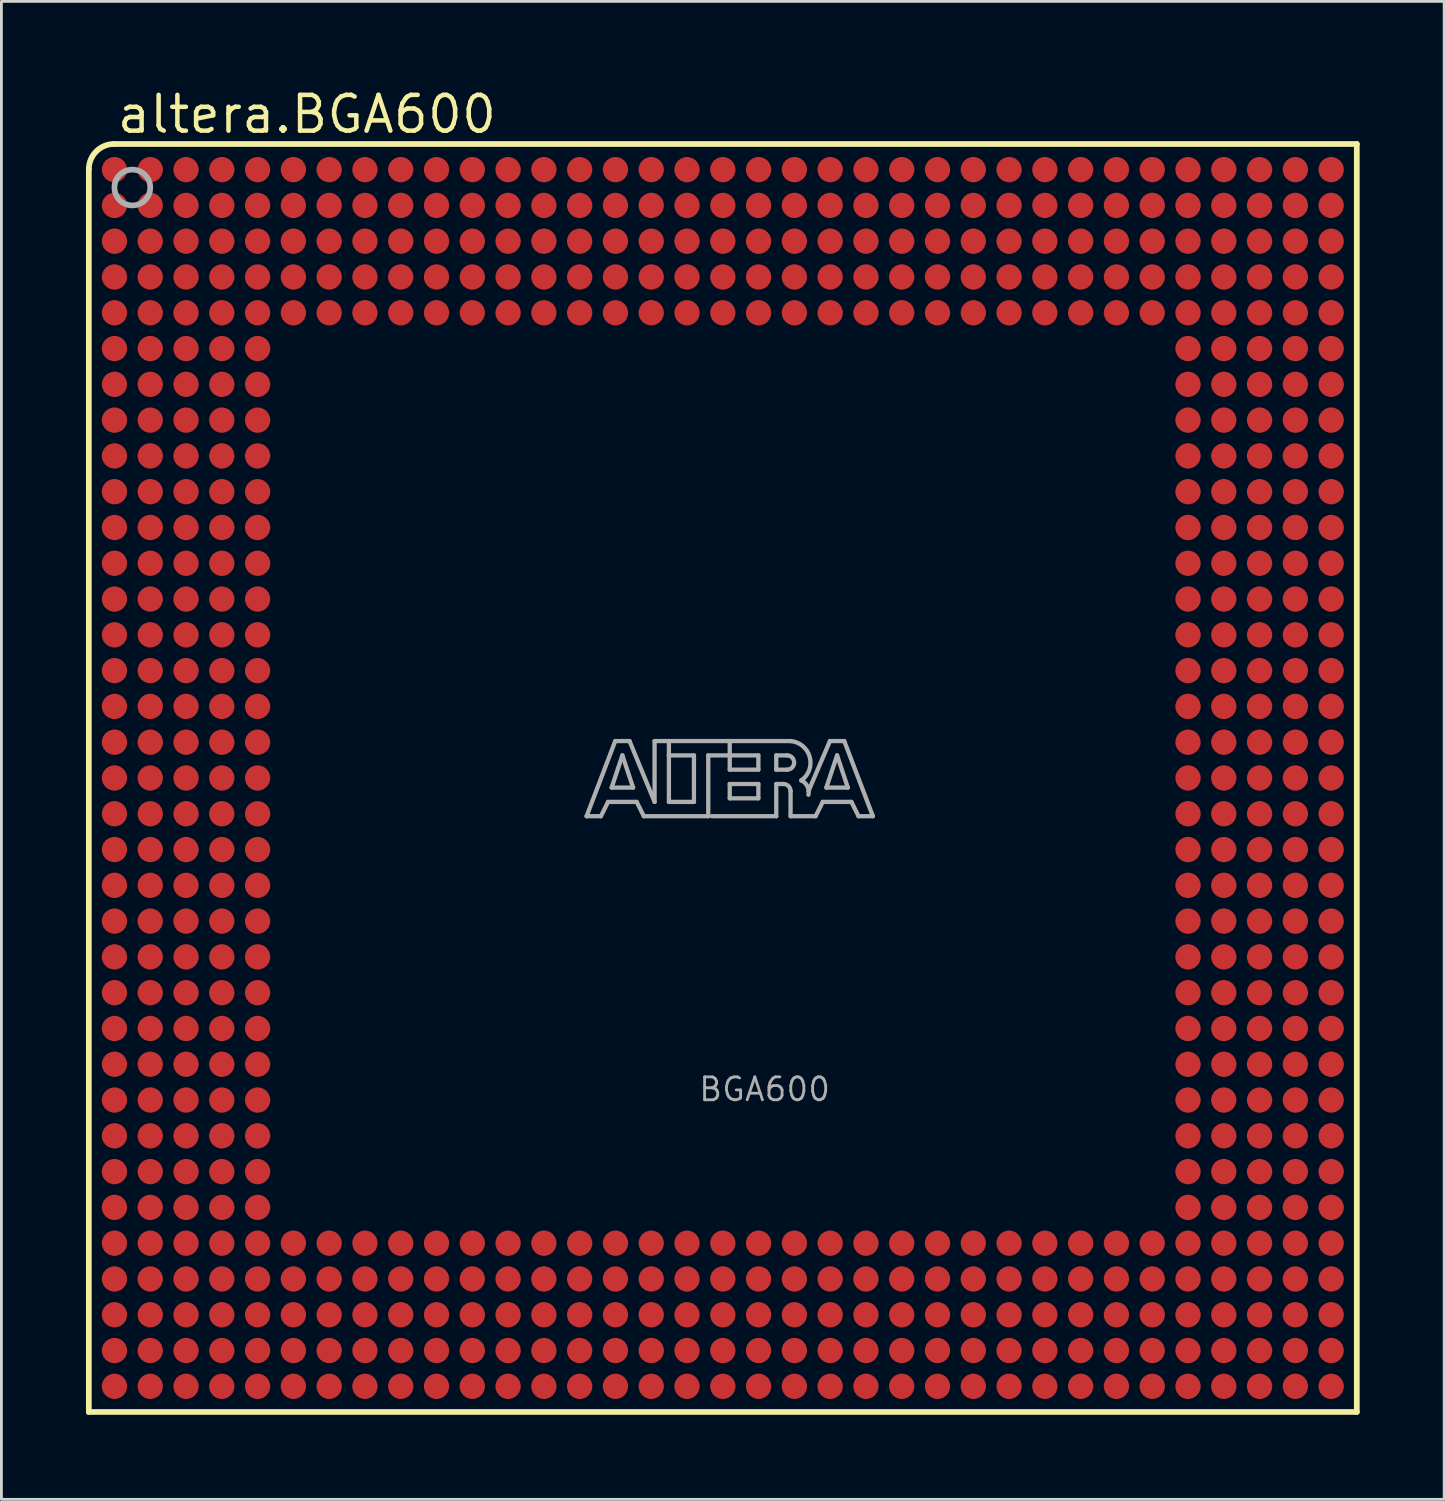
<source format=kicad_pcb>
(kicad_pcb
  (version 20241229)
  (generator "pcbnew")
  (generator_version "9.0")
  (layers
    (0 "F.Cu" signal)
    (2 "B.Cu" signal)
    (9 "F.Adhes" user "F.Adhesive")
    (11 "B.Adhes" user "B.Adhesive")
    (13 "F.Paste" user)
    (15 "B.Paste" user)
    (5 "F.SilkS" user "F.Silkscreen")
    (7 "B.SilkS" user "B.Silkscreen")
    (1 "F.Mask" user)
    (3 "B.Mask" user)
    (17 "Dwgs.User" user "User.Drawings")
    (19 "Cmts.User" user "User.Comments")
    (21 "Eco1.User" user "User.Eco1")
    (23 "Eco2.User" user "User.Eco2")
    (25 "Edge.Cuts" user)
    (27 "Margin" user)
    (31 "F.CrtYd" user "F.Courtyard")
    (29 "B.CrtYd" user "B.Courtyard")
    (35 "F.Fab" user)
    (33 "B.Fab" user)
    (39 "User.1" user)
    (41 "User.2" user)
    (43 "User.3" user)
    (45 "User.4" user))
  (footprint "altera.BGA600"
    (layer "F.Cu")
    (at 22.602 24.56)
    (property "Reference" "altera.BGA600" (at -21.579 -22.81 0) (layer "F.SilkS") (effects (font (size 1.27 1.27) (thickness 0.16)) (justify left bottom)))
    (attr smd)
    (fp_line (start -22.5 -21.6) (end -22.5 22.5) (stroke (width 0.203) (type default)) (layer "F.SilkS"))
    (fp_line (start -22.5 22.5) (end 22.5 22.5) (stroke (width 0.203) (type default)) (layer "F.SilkS"))
    (fp_line (start 22.5 -22.5) (end -21.6 -22.5) (stroke (width 0.203) (type default)) (layer "F.SilkS"))
    (fp_line (start 22.5 22.5) (end 22.5 -22.5) (stroke (width 0.203) (type default)) (layer "F.SilkS"))
    (fp_arc (start -22.5 -21.6) (mid -22.236338 -22.236538) (end -21.5998 -22.5002) (stroke (width 0.2032) (type default)) (layer "F.SilkS"))
    (fp_line (start -4.834 1.357) (end -3.818 -1.31) (stroke (width 0.152) (type default)) (layer "F.Fab"))
    (fp_line (start -4.326 1.357) (end -4.834 1.357) (stroke (width 0.152) (type default)) (layer "F.Fab"))
    (fp_line (start -4.072 0.849) (end -4.326 1.357) (stroke (width 0.152) (type default)) (layer "F.Fab"))
    (fp_line (start -3.945 0.341) (end -3.183 0.341) (stroke (width 0.152) (type default)) (layer "F.Fab"))
    (fp_line (start -3.818 -1.31) (end -3.31 -1.31) (stroke (width 0.152) (type default)) (layer "F.Fab"))
    (fp_line (start -3.564 -0.802) (end -3.945 0.341) (stroke (width 0.152) (type default)) (layer "F.Fab"))
    (fp_line (start -3.31 -1.31) (end -2.421 0.849) (stroke (width 0.152) (type default)) (layer "F.Fab"))
    (fp_line (start -3.183 0.341) (end -3.564 -0.802) (stroke (width 0.152) (type default)) (layer "F.Fab"))
    (fp_line (start -3.056 0.849) (end -4.072 0.849) (stroke (width 0.152) (type default)) (layer "F.Fab"))
    (fp_line (start -2.802 1.357) (end -3.056 0.849) (stroke (width 0.152) (type default)) (layer "F.Fab"))
    (fp_line (start -2.421 -1.31) (end -1.913 -1.31) (stroke (width 0.152) (type default)) (layer "F.Fab"))
    (fp_line (start -2.421 0.849) (end -2.421 -1.31) (stroke (width 0.152) (type default)) (layer "F.Fab"))
    (fp_line (start -1.913 -1.31) (end -1.913 -0.802) (stroke (width 0.152) (type default)) (layer "F.Fab"))
    (fp_line (start -1.913 -1.31) (end 0.246 -1.31) (stroke (width 0.152) (type default)) (layer "F.Fab"))
    (fp_line (start -1.913 -0.802) (end -1.913 0.849) (stroke (width 0.152) (type default)) (layer "F.Fab"))
    (fp_line (start -1.913 0.849) (end -1.024 0.849) (stroke (width 0.152) (type default)) (layer "F.Fab"))
    (fp_line (start -1.024 -0.802) (end -1.913 -0.802) (stroke (width 0.152) (type default)) (layer "F.Fab"))
    (fp_line (start -1.024 0.849) (end -1.024 -0.802) (stroke (width 0.152) (type default)) (layer "F.Fab"))
    (fp_line (start -0.516 -0.802) (end -0.516 1.357) (stroke (width 0.152) (type default)) (layer "F.Fab"))
    (fp_line (start -0.516 1.357) (end -2.802 1.357) (stroke (width 0.152) (type default)) (layer "F.Fab"))
    (fp_line (start 0.246 -1.31) (end 0.246 -0.802) (stroke (width 0.152) (type default)) (layer "F.Fab"))
    (fp_line (start 0.246 -1.31) (end 2.405 -1.31) (stroke (width 0.152) (type default)) (layer "F.Fab"))
    (fp_line (start 0.246 -0.802) (end -0.516 -0.802) (stroke (width 0.152) (type default)) (layer "F.Fab"))
    (fp_line (start 0.246 -0.802) (end 0.246 -0.294) (stroke (width 0.152) (type default)) (layer "F.Fab"))
    (fp_line (start 0.246 -0.294) (end 1.262 -0.294) (stroke (width 0.152) (type default)) (layer "F.Fab"))
    (fp_line (start 0.246 0.214) (end 1.262 0.214) (stroke (width 0.152) (type default)) (layer "F.Fab"))
    (fp_line (start 0.246 0.722) (end 0.246 0.214) (stroke (width 0.152) (type default)) (layer "F.Fab"))
    (fp_line (start 1.262 -0.802) (end 0.246 -0.802) (stroke (width 0.152) (type default)) (layer "F.Fab"))
    (fp_line (start 1.262 -0.294) (end 1.262 -0.802) (stroke (width 0.152) (type default)) (layer "F.Fab"))
    (fp_line (start 1.262 0.214) (end 1.262 0.722) (stroke (width 0.152) (type default)) (layer "F.Fab"))
    (fp_line (start 1.262 0.722) (end 0.246 0.722) (stroke (width 0.152) (type default)) (layer "F.Fab"))
    (fp_line (start 1.897 -0.802) (end 1.897 -0.294) (stroke (width 0.152) (type default)) (layer "F.Fab"))
    (fp_line (start 1.897 -0.294) (end 2.278 -0.294) (stroke (width 0.152) (type default)) (layer "F.Fab"))
    (fp_line (start 1.897 0.214) (end 1.897 1.357) (stroke (width 0.152) (type default)) (layer "F.Fab"))
    (fp_line (start 1.897 0.214) (end 2.151 0.214) (stroke (width 0.152) (type default)) (layer "F.Fab"))
    (fp_line (start 1.897 1.357) (end -0.389 1.357) (stroke (width 0.152) (type default)) (layer "F.Fab"))
    (fp_line (start 2.278 -0.802) (end 1.897 -0.802) (stroke (width 0.152) (type default)) (layer "F.Fab"))
    (fp_line (start 2.405 0.468) (end 2.405 1.357) (stroke (width 0.152) (type default)) (layer "F.Fab"))
    (fp_line (start 2.405 1.357) (end 3.294 1.357) (stroke (width 0.152) (type default)) (layer "F.Fab"))
    (fp_line (start 3.294 1.357) (end 3.548 0.849) (stroke (width 0.152) (type default)) (layer "F.Fab"))
    (fp_line (start 3.548 0.849) (end 4.564 0.849) (stroke (width 0.152) (type default)) (layer "F.Fab"))
    (fp_line (start 3.675 0.341) (end 4.056 -0.802) (stroke (width 0.152) (type default)) (layer "F.Fab"))
    (fp_line (start 3.802 -1.31) (end 3.04 0.468) (stroke (width 0.152) (type default)) (layer "F.Fab"))
    (fp_line (start 4.056 -0.802) (end 4.437 0.341) (stroke (width 0.152) (type default)) (layer "F.Fab"))
    (fp_line (start 4.31 -1.31) (end 3.802 -1.31) (stroke (width 0.152) (type default)) (layer "F.Fab"))
    (fp_line (start 4.437 0.341) (end 3.675 0.341) (stroke (width 0.152) (type default)) (layer "F.Fab"))
    (fp_line (start 4.564 0.849) (end 4.818 1.357) (stroke (width 0.152) (type default)) (layer "F.Fab"))
    (fp_line (start 4.818 1.357) (end 5.326 1.357) (stroke (width 0.152) (type default)) (layer "F.Fab"))
    (fp_line (start 5.326 1.357) (end 4.31 -1.31) (stroke (width 0.152) (type default)) (layer "F.Fab"))
    (fp_arc (start 2.151 0.214) (mid 2.330605 0.288395) (end 2.405 0.468) (stroke (width 0.1524) (type default)) (layer "F.Fab"))
    (fp_arc (start 2.278 -0.802) (mid 2.532 -0.548) (end 2.278 -0.294) (stroke (width 0.1524) (type default)) (layer "F.Fab"))
    (fp_arc (start 2.405 -1.31) (mid 3.084953 -0.74477) (end 2.7861 0.0874) (stroke (width 0.1524) (type default)) (layer "F.Fab"))
    (fp_arc (start 2.7861 0.0871) (mid 3.002081 0.296587) (end 3.0398 0.5951) (stroke (width 0.1524) (type default)) (layer "F.Fab"))
    (fp_circle (center -20.955 -20.955) (end -20.32 -20.955) (stroke (width 0.203) (type default)) (fill no) (layer "F.Fab"))
    (fp_text user "BGA600" (at -0.905 11.525 0) (layer "F.Fab") (effects (font (size 0.813 0.813) (thickness 0.1)) (justify left bottom)))
    (pad "A1" smd roundrect (at -21.59 -21.59) (size 0.9 0.9) (layers "F.Cu" "F.Mask" "F.Paste") (roundrect_rratio 0.5))
    (pad "A2" smd roundrect (at -20.32 -21.59) (size 0.9 0.9) (layers "F.Cu" "F.Mask" "F.Paste") (roundrect_rratio 0.5))
    (pad "A3" smd roundrect (at -19.05 -21.59) (size 0.9 0.9) (layers "F.Cu" "F.Mask" "F.Paste") (roundrect_rratio 0.5))
    (pad "A4" smd roundrect (at -17.78 -21.59) (size 0.9 0.9) (layers "F.Cu" "F.Mask" "F.Paste") (roundrect_rratio 0.5))
    (pad "A5" smd roundrect (at -16.51 -21.59) (size 0.9 0.9) (layers "F.Cu" "F.Mask" "F.Paste") (roundrect_rratio 0.5))
    (pad "A6" smd roundrect (at -15.24 -21.59) (size 0.9 0.9) (layers "F.Cu" "F.Mask" "F.Paste") (roundrect_rratio 0.5))
    (pad "A7" smd roundrect (at -13.97 -21.59) (size 0.9 0.9) (layers "F.Cu" "F.Mask" "F.Paste") (roundrect_rratio 0.5))
    (pad "A8" smd roundrect (at -12.7 -21.59) (size 0.9 0.9) (layers "F.Cu" "F.Mask" "F.Paste") (roundrect_rratio 0.5))
    (pad "A9" smd roundrect (at -11.43 -21.59) (size 0.9 0.9) (layers "F.Cu" "F.Mask" "F.Paste") (roundrect_rratio 0.5))
    (pad "A10" smd roundrect (at -10.16 -21.59) (size 0.9 0.9) (layers "F.Cu" "F.Mask" "F.Paste") (roundrect_rratio 0.5))
    (pad "A11" smd roundrect (at -8.89 -21.59) (size 0.9 0.9) (layers "F.Cu" "F.Mask" "F.Paste") (roundrect_rratio 0.5))
    (pad "A12" smd roundrect (at -7.62 -21.59) (size 0.9 0.9) (layers "F.Cu" "F.Mask" "F.Paste") (roundrect_rratio 0.5))
    (pad "A13" smd roundrect (at -6.35 -21.59) (size 0.9 0.9) (layers "F.Cu" "F.Mask" "F.Paste") (roundrect_rratio 0.5))
    (pad "A14" smd roundrect (at -5.08 -21.59) (size 0.9 0.9) (layers "F.Cu" "F.Mask" "F.Paste") (roundrect_rratio 0.5))
    (pad "A15" smd roundrect (at -3.81 -21.59) (size 0.9 0.9) (layers "F.Cu" "F.Mask" "F.Paste") (roundrect_rratio 0.5))
    (pad "A16" smd roundrect (at -2.54 -21.59) (size 0.9 0.9) (layers "F.Cu" "F.Mask" "F.Paste") (roundrect_rratio 0.5))
    (pad "A17" smd roundrect (at -1.27 -21.59) (size 0.9 0.9) (layers "F.Cu" "F.Mask" "F.Paste") (roundrect_rratio 0.5))
    (pad "A18" smd roundrect (at 0 -21.59) (size 0.9 0.9) (layers "F.Cu" "F.Mask" "F.Paste") (roundrect_rratio 0.5))
    (pad "A19" smd roundrect (at 1.27 -21.59) (size 0.9 0.9) (layers "F.Cu" "F.Mask" "F.Paste") (roundrect_rratio 0.5))
    (pad "A20" smd roundrect (at 2.54 -21.59) (size 0.9 0.9) (layers "F.Cu" "F.Mask" "F.Paste") (roundrect_rratio 0.5))
    (pad "A21" smd roundrect (at 3.81 -21.59) (size 0.9 0.9) (layers "F.Cu" "F.Mask" "F.Paste") (roundrect_rratio 0.5))
    (pad "A22" smd roundrect (at 5.08 -21.59) (size 0.9 0.9) (layers "F.Cu" "F.Mask" "F.Paste") (roundrect_rratio 0.5))
    (pad "A23" smd roundrect (at 6.35 -21.59) (size 0.9 0.9) (layers "F.Cu" "F.Mask" "F.Paste") (roundrect_rratio 0.5))
    (pad "A24" smd roundrect (at 7.62 -21.59) (size 0.9 0.9) (layers "F.Cu" "F.Mask" "F.Paste") (roundrect_rratio 0.5))
    (pad "A25" smd roundrect (at 8.89 -21.59) (size 0.9 0.9) (layers "F.Cu" "F.Mask" "F.Paste") (roundrect_rratio 0.5))
    (pad "A26" smd roundrect (at 10.16 -21.59) (size 0.9 0.9) (layers "F.Cu" "F.Mask" "F.Paste") (roundrect_rratio 0.5))
    (pad "A27" smd roundrect (at 11.43 -21.59) (size 0.9 0.9) (layers "F.Cu" "F.Mask" "F.Paste") (roundrect_rratio 0.5))
    (pad "A28" smd roundrect (at 12.7 -21.59) (size 0.9 0.9) (layers "F.Cu" "F.Mask" "F.Paste") (roundrect_rratio 0.5))
    (pad "A29" smd roundrect (at 13.97 -21.59) (size 0.9 0.9) (layers "F.Cu" "F.Mask" "F.Paste") (roundrect_rratio 0.5))
    (pad "A30" smd roundrect (at 15.24 -21.59) (size 0.9 0.9) (layers "F.Cu" "F.Mask" "F.Paste") (roundrect_rratio 0.5))
    (pad "A31" smd roundrect (at 16.51 -21.59) (size 0.9 0.9) (layers "F.Cu" "F.Mask" "F.Paste") (roundrect_rratio 0.5))
    (pad "A32" smd roundrect (at 17.78 -21.59) (size 0.9 0.9) (layers "F.Cu" "F.Mask" "F.Paste") (roundrect_rratio 0.5))
    (pad "A33" smd roundrect (at 19.05 -21.59) (size 0.9 0.9) (layers "F.Cu" "F.Mask" "F.Paste") (roundrect_rratio 0.5))
    (pad "A34" smd roundrect (at 20.32 -21.59) (size 0.9 0.9) (layers "F.Cu" "F.Mask" "F.Paste") (roundrect_rratio 0.5))
    (pad "A35" smd roundrect (at 21.59 -21.59) (size 0.9 0.9) (layers "F.Cu" "F.Mask" "F.Paste") (roundrect_rratio 0.5))
    (pad "AA1" smd roundrect (at -21.59 3.81) (size 0.9 0.9) (layers "F.Cu" "F.Mask" "F.Paste") (roundrect_rratio 0.5))
    (pad "AA2" smd roundrect (at -20.32 3.81) (size 0.9 0.9) (layers "F.Cu" "F.Mask" "F.Paste") (roundrect_rratio 0.5))
    (pad "AA3" smd roundrect (at -19.05 3.81) (size 0.9 0.9) (layers "F.Cu" "F.Mask" "F.Paste") (roundrect_rratio 0.5))
    (pad "AA4" smd roundrect (at -17.78 3.81) (size 0.9 0.9) (layers "F.Cu" "F.Mask" "F.Paste") (roundrect_rratio 0.5))
    (pad "AA5" smd roundrect (at -16.51 3.81) (size 0.9 0.9) (layers "F.Cu" "F.Mask" "F.Paste") (roundrect_rratio 0.5))
    (pad "AA31" smd roundrect (at 16.51 3.81) (size 0.9 0.9) (layers "F.Cu" "F.Mask" "F.Paste") (roundrect_rratio 0.5))
    (pad "AA32" smd roundrect (at 17.78 3.81) (size 0.9 0.9) (layers "F.Cu" "F.Mask" "F.Paste") (roundrect_rratio 0.5))
    (pad "AA33" smd roundrect (at 19.05 3.81) (size 0.9 0.9) (layers "F.Cu" "F.Mask" "F.Paste") (roundrect_rratio 0.5))
    (pad "AA34" smd roundrect (at 20.32 3.81) (size 0.9 0.9) (layers "F.Cu" "F.Mask" "F.Paste") (roundrect_rratio 0.5))
    (pad "AA35" smd roundrect (at 21.59 3.81) (size 0.9 0.9) (layers "F.Cu" "F.Mask" "F.Paste") (roundrect_rratio 0.5))
    (pad "AB1" smd roundrect (at -21.59 5.08) (size 0.9 0.9) (layers "F.Cu" "F.Mask" "F.Paste") (roundrect_rratio 0.5))
    (pad "AB2" smd roundrect (at -20.32 5.08) (size 0.9 0.9) (layers "F.Cu" "F.Mask" "F.Paste") (roundrect_rratio 0.5))
    (pad "AB3" smd roundrect (at -19.05 5.08) (size 0.9 0.9) (layers "F.Cu" "F.Mask" "F.Paste") (roundrect_rratio 0.5))
    (pad "AB4" smd roundrect (at -17.78 5.08) (size 0.9 0.9) (layers "F.Cu" "F.Mask" "F.Paste") (roundrect_rratio 0.5))
    (pad "AB5" smd roundrect (at -16.51 5.08) (size 0.9 0.9) (layers "F.Cu" "F.Mask" "F.Paste") (roundrect_rratio 0.5))
    (pad "AB31" smd roundrect (at 16.51 5.08) (size 0.9 0.9) (layers "F.Cu" "F.Mask" "F.Paste") (roundrect_rratio 0.5))
    (pad "AB32" smd roundrect (at 17.78 5.08) (size 0.9 0.9) (layers "F.Cu" "F.Mask" "F.Paste") (roundrect_rratio 0.5))
    (pad "AB33" smd roundrect (at 19.05 5.08) (size 0.9 0.9) (layers "F.Cu" "F.Mask" "F.Paste") (roundrect_rratio 0.5))
    (pad "AB34" smd roundrect (at 20.32 5.08) (size 0.9 0.9) (layers "F.Cu" "F.Mask" "F.Paste") (roundrect_rratio 0.5))
    (pad "AB35" smd roundrect (at 21.59 5.08) (size 0.9 0.9) (layers "F.Cu" "F.Mask" "F.Paste") (roundrect_rratio 0.5))
    (pad "AC1" smd roundrect (at -21.59 6.35) (size 0.9 0.9) (layers "F.Cu" "F.Mask" "F.Paste") (roundrect_rratio 0.5))
    (pad "AC2" smd roundrect (at -20.32 6.35) (size 0.9 0.9) (layers "F.Cu" "F.Mask" "F.Paste") (roundrect_rratio 0.5))
    (pad "AC3" smd roundrect (at -19.05 6.35) (size 0.9 0.9) (layers "F.Cu" "F.Mask" "F.Paste") (roundrect_rratio 0.5))
    (pad "AC4" smd roundrect (at -17.78 6.35) (size 0.9 0.9) (layers "F.Cu" "F.Mask" "F.Paste") (roundrect_rratio 0.5))
    (pad "AC5" smd roundrect (at -16.51 6.35) (size 0.9 0.9) (layers "F.Cu" "F.Mask" "F.Paste") (roundrect_rratio 0.5))
    (pad "AC31" smd roundrect (at 16.51 6.35) (size 0.9 0.9) (layers "F.Cu" "F.Mask" "F.Paste") (roundrect_rratio 0.5))
    (pad "AC32" smd roundrect (at 17.78 6.35) (size 0.9 0.9) (layers "F.Cu" "F.Mask" "F.Paste") (roundrect_rratio 0.5))
    (pad "AC33" smd roundrect (at 19.05 6.35) (size 0.9 0.9) (layers "F.Cu" "F.Mask" "F.Paste") (roundrect_rratio 0.5))
    (pad "AC34" smd roundrect (at 20.32 6.35) (size 0.9 0.9) (layers "F.Cu" "F.Mask" "F.Paste") (roundrect_rratio 0.5))
    (pad "AC35" smd roundrect (at 21.59 6.35) (size 0.9 0.9) (layers "F.Cu" "F.Mask" "F.Paste") (roundrect_rratio 0.5))
    (pad "AD1" smd roundrect (at -21.59 7.62) (size 0.9 0.9) (layers "F.Cu" "F.Mask" "F.Paste") (roundrect_rratio 0.5))
    (pad "AD2" smd roundrect (at -20.32 7.62) (size 0.9 0.9) (layers "F.Cu" "F.Mask" "F.Paste") (roundrect_rratio 0.5))
    (pad "AD3" smd roundrect (at -19.05 7.62) (size 0.9 0.9) (layers "F.Cu" "F.Mask" "F.Paste") (roundrect_rratio 0.5))
    (pad "AD4" smd roundrect (at -17.78 7.62) (size 0.9 0.9) (layers "F.Cu" "F.Mask" "F.Paste") (roundrect_rratio 0.5))
    (pad "AD5" smd roundrect (at -16.51 7.62) (size 0.9 0.9) (layers "F.Cu" "F.Mask" "F.Paste") (roundrect_rratio 0.5))
    (pad "AD31" smd roundrect (at 16.51 7.62) (size 0.9 0.9) (layers "F.Cu" "F.Mask" "F.Paste") (roundrect_rratio 0.5))
    (pad "AD32" smd roundrect (at 17.78 7.62) (size 0.9 0.9) (layers "F.Cu" "F.Mask" "F.Paste") (roundrect_rratio 0.5))
    (pad "AD33" smd roundrect (at 19.05 7.62) (size 0.9 0.9) (layers "F.Cu" "F.Mask" "F.Paste") (roundrect_rratio 0.5))
    (pad "AD34" smd roundrect (at 20.32 7.62) (size 0.9 0.9) (layers "F.Cu" "F.Mask" "F.Paste") (roundrect_rratio 0.5))
    (pad "AD35" smd roundrect (at 21.59 7.62) (size 0.9 0.9) (layers "F.Cu" "F.Mask" "F.Paste") (roundrect_rratio 0.5))
    (pad "AE1" smd roundrect (at -21.59 8.89) (size 0.9 0.9) (layers "F.Cu" "F.Mask" "F.Paste") (roundrect_rratio 0.5))
    (pad "AE2" smd roundrect (at -20.32 8.89) (size 0.9 0.9) (layers "F.Cu" "F.Mask" "F.Paste") (roundrect_rratio 0.5))
    (pad "AE3" smd roundrect (at -19.05 8.89) (size 0.9 0.9) (layers "F.Cu" "F.Mask" "F.Paste") (roundrect_rratio 0.5))
    (pad "AE4" smd roundrect (at -17.78 8.89) (size 0.9 0.9) (layers "F.Cu" "F.Mask" "F.Paste") (roundrect_rratio 0.5))
    (pad "AE5" smd roundrect (at -16.51 8.89) (size 0.9 0.9) (layers "F.Cu" "F.Mask" "F.Paste") (roundrect_rratio 0.5))
    (pad "AE31" smd roundrect (at 16.51 8.89) (size 0.9 0.9) (layers "F.Cu" "F.Mask" "F.Paste") (roundrect_rratio 0.5))
    (pad "AE32" smd roundrect (at 17.78 8.89) (size 0.9 0.9) (layers "F.Cu" "F.Mask" "F.Paste") (roundrect_rratio 0.5))
    (pad "AE33" smd roundrect (at 19.05 8.89) (size 0.9 0.9) (layers "F.Cu" "F.Mask" "F.Paste") (roundrect_rratio 0.5))
    (pad "AE34" smd roundrect (at 20.32 8.89) (size 0.9 0.9) (layers "F.Cu" "F.Mask" "F.Paste") (roundrect_rratio 0.5))
    (pad "AE35" smd roundrect (at 21.59 8.89) (size 0.9 0.9) (layers "F.Cu" "F.Mask" "F.Paste") (roundrect_rratio 0.5))
    (pad "AF1" smd roundrect (at -21.59 10.16) (size 0.9 0.9) (layers "F.Cu" "F.Mask" "F.Paste") (roundrect_rratio 0.5))
    (pad "AF2" smd roundrect (at -20.32 10.16) (size 0.9 0.9) (layers "F.Cu" "F.Mask" "F.Paste") (roundrect_rratio 0.5))
    (pad "AF3" smd roundrect (at -19.05 10.16) (size 0.9 0.9) (layers "F.Cu" "F.Mask" "F.Paste") (roundrect_rratio 0.5))
    (pad "AF4" smd roundrect (at -17.78 10.16) (size 0.9 0.9) (layers "F.Cu" "F.Mask" "F.Paste") (roundrect_rratio 0.5))
    (pad "AF5" smd roundrect (at -16.51 10.16) (size 0.9 0.9) (layers "F.Cu" "F.Mask" "F.Paste") (roundrect_rratio 0.5))
    (pad "AF31" smd roundrect (at 16.51 10.16) (size 0.9 0.9) (layers "F.Cu" "F.Mask" "F.Paste") (roundrect_rratio 0.5))
    (pad "AF32" smd roundrect (at 17.78 10.16) (size 0.9 0.9) (layers "F.Cu" "F.Mask" "F.Paste") (roundrect_rratio 0.5))
    (pad "AF33" smd roundrect (at 19.05 10.16) (size 0.9 0.9) (layers "F.Cu" "F.Mask" "F.Paste") (roundrect_rratio 0.5))
    (pad "AF34" smd roundrect (at 20.32 10.16) (size 0.9 0.9) (layers "F.Cu" "F.Mask" "F.Paste") (roundrect_rratio 0.5))
    (pad "AF35" smd roundrect (at 21.59 10.16) (size 0.9 0.9) (layers "F.Cu" "F.Mask" "F.Paste") (roundrect_rratio 0.5))
    (pad "AG1" smd roundrect (at -21.59 11.43) (size 0.9 0.9) (layers "F.Cu" "F.Mask" "F.Paste") (roundrect_rratio 0.5))
    (pad "AG2" smd roundrect (at -20.32 11.43) (size 0.9 0.9) (layers "F.Cu" "F.Mask" "F.Paste") (roundrect_rratio 0.5))
    (pad "AG3" smd roundrect (at -19.05 11.43) (size 0.9 0.9) (layers "F.Cu" "F.Mask" "F.Paste") (roundrect_rratio 0.5))
    (pad "AG4" smd roundrect (at -17.78 11.43) (size 0.9 0.9) (layers "F.Cu" "F.Mask" "F.Paste") (roundrect_rratio 0.5))
    (pad "AG5" smd roundrect (at -16.51 11.43) (size 0.9 0.9) (layers "F.Cu" "F.Mask" "F.Paste") (roundrect_rratio 0.5))
    (pad "AG31" smd roundrect (at 16.51 11.43) (size 0.9 0.9) (layers "F.Cu" "F.Mask" "F.Paste") (roundrect_rratio 0.5))
    (pad "AG32" smd roundrect (at 17.78 11.43) (size 0.9 0.9) (layers "F.Cu" "F.Mask" "F.Paste") (roundrect_rratio 0.5))
    (pad "AG33" smd roundrect (at 19.05 11.43) (size 0.9 0.9) (layers "F.Cu" "F.Mask" "F.Paste") (roundrect_rratio 0.5))
    (pad "AG34" smd roundrect (at 20.32 11.43) (size 0.9 0.9) (layers "F.Cu" "F.Mask" "F.Paste") (roundrect_rratio 0.5))
    (pad "AG35" smd roundrect (at 21.59 11.43) (size 0.9 0.9) (layers "F.Cu" "F.Mask" "F.Paste") (roundrect_rratio 0.5))
    (pad "AH1" smd roundrect (at -21.59 12.7) (size 0.9 0.9) (layers "F.Cu" "F.Mask" "F.Paste") (roundrect_rratio 0.5))
    (pad "AH2" smd roundrect (at -20.32 12.7) (size 0.9 0.9) (layers "F.Cu" "F.Mask" "F.Paste") (roundrect_rratio 0.5))
    (pad "AH3" smd roundrect (at -19.05 12.7) (size 0.9 0.9) (layers "F.Cu" "F.Mask" "F.Paste") (roundrect_rratio 0.5))
    (pad "AH4" smd roundrect (at -17.78 12.7) (size 0.9 0.9) (layers "F.Cu" "F.Mask" "F.Paste") (roundrect_rratio 0.5))
    (pad "AH5" smd roundrect (at -16.51 12.7) (size 0.9 0.9) (layers "F.Cu" "F.Mask" "F.Paste") (roundrect_rratio 0.5))
    (pad "AH31" smd roundrect (at 16.51 12.7) (size 0.9 0.9) (layers "F.Cu" "F.Mask" "F.Paste") (roundrect_rratio 0.5))
    (pad "AH32" smd roundrect (at 17.78 12.7) (size 0.9 0.9) (layers "F.Cu" "F.Mask" "F.Paste") (roundrect_rratio 0.5))
    (pad "AH33" smd roundrect (at 19.05 12.7) (size 0.9 0.9) (layers "F.Cu" "F.Mask" "F.Paste") (roundrect_rratio 0.5))
    (pad "AH34" smd roundrect (at 20.32 12.7) (size 0.9 0.9) (layers "F.Cu" "F.Mask" "F.Paste") (roundrect_rratio 0.5))
    (pad "AH35" smd roundrect (at 21.59 12.7) (size 0.9 0.9) (layers "F.Cu" "F.Mask" "F.Paste") (roundrect_rratio 0.5))
    (pad "AJ1" smd roundrect (at -21.59 13.97) (size 0.9 0.9) (layers "F.Cu" "F.Mask" "F.Paste") (roundrect_rratio 0.5))
    (pad "AJ2" smd roundrect (at -20.32 13.97) (size 0.9 0.9) (layers "F.Cu" "F.Mask" "F.Paste") (roundrect_rratio 0.5))
    (pad "AJ3" smd roundrect (at -19.05 13.97) (size 0.9 0.9) (layers "F.Cu" "F.Mask" "F.Paste") (roundrect_rratio 0.5))
    (pad "AJ4" smd roundrect (at -17.78 13.97) (size 0.9 0.9) (layers "F.Cu" "F.Mask" "F.Paste") (roundrect_rratio 0.5))
    (pad "AJ5" smd roundrect (at -16.51 13.97) (size 0.9 0.9) (layers "F.Cu" "F.Mask" "F.Paste") (roundrect_rratio 0.5))
    (pad "AJ31" smd roundrect (at 16.51 13.97) (size 0.9 0.9) (layers "F.Cu" "F.Mask" "F.Paste") (roundrect_rratio 0.5))
    (pad "AJ32" smd roundrect (at 17.78 13.97) (size 0.9 0.9) (layers "F.Cu" "F.Mask" "F.Paste") (roundrect_rratio 0.5))
    (pad "AJ33" smd roundrect (at 19.05 13.97) (size 0.9 0.9) (layers "F.Cu" "F.Mask" "F.Paste") (roundrect_rratio 0.5))
    (pad "AJ34" smd roundrect (at 20.32 13.97) (size 0.9 0.9) (layers "F.Cu" "F.Mask" "F.Paste") (roundrect_rratio 0.5))
    (pad "AJ35" smd roundrect (at 21.59 13.97) (size 0.9 0.9) (layers "F.Cu" "F.Mask" "F.Paste") (roundrect_rratio 0.5))
    (pad "AK1" smd roundrect (at -21.59 15.24) (size 0.9 0.9) (layers "F.Cu" "F.Mask" "F.Paste") (roundrect_rratio 0.5))
    (pad "AK2" smd roundrect (at -20.32 15.24) (size 0.9 0.9) (layers "F.Cu" "F.Mask" "F.Paste") (roundrect_rratio 0.5))
    (pad "AK3" smd roundrect (at -19.05 15.24) (size 0.9 0.9) (layers "F.Cu" "F.Mask" "F.Paste") (roundrect_rratio 0.5))
    (pad "AK4" smd roundrect (at -17.78 15.24) (size 0.9 0.9) (layers "F.Cu" "F.Mask" "F.Paste") (roundrect_rratio 0.5))
    (pad "AK5" smd roundrect (at -16.51 15.24) (size 0.9 0.9) (layers "F.Cu" "F.Mask" "F.Paste") (roundrect_rratio 0.5))
    (pad "AK31" smd roundrect (at 16.51 15.24) (size 0.9 0.9) (layers "F.Cu" "F.Mask" "F.Paste") (roundrect_rratio 0.5))
    (pad "AK32" smd roundrect (at 17.78 15.24) (size 0.9 0.9) (layers "F.Cu" "F.Mask" "F.Paste") (roundrect_rratio 0.5))
    (pad "AK33" smd roundrect (at 19.05 15.24) (size 0.9 0.9) (layers "F.Cu" "F.Mask" "F.Paste") (roundrect_rratio 0.5))
    (pad "AK34" smd roundrect (at 20.32 15.24) (size 0.9 0.9) (layers "F.Cu" "F.Mask" "F.Paste") (roundrect_rratio 0.5))
    (pad "AK35" smd roundrect (at 21.59 15.24) (size 0.9 0.9) (layers "F.Cu" "F.Mask" "F.Paste") (roundrect_rratio 0.5))
    (pad "AL1" smd roundrect (at -21.59 16.51) (size 0.9 0.9) (layers "F.Cu" "F.Mask" "F.Paste") (roundrect_rratio 0.5))
    (pad "AL2" smd roundrect (at -20.32 16.51) (size 0.9 0.9) (layers "F.Cu" "F.Mask" "F.Paste") (roundrect_rratio 0.5))
    (pad "AL3" smd roundrect (at -19.05 16.51) (size 0.9 0.9) (layers "F.Cu" "F.Mask" "F.Paste") (roundrect_rratio 0.5))
    (pad "AL4" smd roundrect (at -17.78 16.51) (size 0.9 0.9) (layers "F.Cu" "F.Mask" "F.Paste") (roundrect_rratio 0.5))
    (pad "AL5" smd roundrect (at -16.51 16.51) (size 0.9 0.9) (layers "F.Cu" "F.Mask" "F.Paste") (roundrect_rratio 0.5))
    (pad "AL6" smd roundrect (at -15.24 16.51) (size 0.9 0.9) (layers "F.Cu" "F.Mask" "F.Paste") (roundrect_rratio 0.5))
    (pad "AL7" smd roundrect (at -13.97 16.51) (size 0.9 0.9) (layers "F.Cu" "F.Mask" "F.Paste") (roundrect_rratio 0.5))
    (pad "AL8" smd roundrect (at -12.7 16.51) (size 0.9 0.9) (layers "F.Cu" "F.Mask" "F.Paste") (roundrect_rratio 0.5))
    (pad "AL9" smd roundrect (at -11.43 16.51) (size 0.9 0.9) (layers "F.Cu" "F.Mask" "F.Paste") (roundrect_rratio 0.5))
    (pad "AL10" smd roundrect (at -10.16 16.51) (size 0.9 0.9) (layers "F.Cu" "F.Mask" "F.Paste") (roundrect_rratio 0.5))
    (pad "AL11" smd roundrect (at -8.89 16.51) (size 0.9 0.9) (layers "F.Cu" "F.Mask" "F.Paste") (roundrect_rratio 0.5))
    (pad "AL12" smd roundrect (at -7.62 16.51) (size 0.9 0.9) (layers "F.Cu" "F.Mask" "F.Paste") (roundrect_rratio 0.5))
    (pad "AL13" smd roundrect (at -6.35 16.51) (size 0.9 0.9) (layers "F.Cu" "F.Mask" "F.Paste") (roundrect_rratio 0.5))
    (pad "AL14" smd roundrect (at -5.08 16.51) (size 0.9 0.9) (layers "F.Cu" "F.Mask" "F.Paste") (roundrect_rratio 0.5))
    (pad "AL15" smd roundrect (at -3.81 16.51) (size 0.9 0.9) (layers "F.Cu" "F.Mask" "F.Paste") (roundrect_rratio 0.5))
    (pad "AL16" smd roundrect (at -2.54 16.51) (size 0.9 0.9) (layers "F.Cu" "F.Mask" "F.Paste") (roundrect_rratio 0.5))
    (pad "AL17" smd roundrect (at -1.27 16.51) (size 0.9 0.9) (layers "F.Cu" "F.Mask" "F.Paste") (roundrect_rratio 0.5))
    (pad "AL18" smd roundrect (at 0 16.51) (size 0.9 0.9) (layers "F.Cu" "F.Mask" "F.Paste") (roundrect_rratio 0.5))
    (pad "AL19" smd roundrect (at 1.27 16.51) (size 0.9 0.9) (layers "F.Cu" "F.Mask" "F.Paste") (roundrect_rratio 0.5))
    (pad "AL20" smd roundrect (at 2.54 16.51) (size 0.9 0.9) (layers "F.Cu" "F.Mask" "F.Paste") (roundrect_rratio 0.5))
    (pad "AL21" smd roundrect (at 3.81 16.51) (size 0.9 0.9) (layers "F.Cu" "F.Mask" "F.Paste") (roundrect_rratio 0.5))
    (pad "AL22" smd roundrect (at 5.08 16.51) (size 0.9 0.9) (layers "F.Cu" "F.Mask" "F.Paste") (roundrect_rratio 0.5))
    (pad "AL23" smd roundrect (at 6.35 16.51) (size 0.9 0.9) (layers "F.Cu" "F.Mask" "F.Paste") (roundrect_rratio 0.5))
    (pad "AL24" smd roundrect (at 7.62 16.51) (size 0.9 0.9) (layers "F.Cu" "F.Mask" "F.Paste") (roundrect_rratio 0.5))
    (pad "AL25" smd roundrect (at 8.89 16.51) (size 0.9 0.9) (layers "F.Cu" "F.Mask" "F.Paste") (roundrect_rratio 0.5))
    (pad "AL26" smd roundrect (at 10.16 16.51) (size 0.9 0.9) (layers "F.Cu" "F.Mask" "F.Paste") (roundrect_rratio 0.5))
    (pad "AL27" smd roundrect (at 11.43 16.51) (size 0.9 0.9) (layers "F.Cu" "F.Mask" "F.Paste") (roundrect_rratio 0.5))
    (pad "AL28" smd roundrect (at 12.7 16.51) (size 0.9 0.9) (layers "F.Cu" "F.Mask" "F.Paste") (roundrect_rratio 0.5))
    (pad "AL29" smd roundrect (at 13.97 16.51) (size 0.9 0.9) (layers "F.Cu" "F.Mask" "F.Paste") (roundrect_rratio 0.5))
    (pad "AL30" smd roundrect (at 15.24 16.51) (size 0.9 0.9) (layers "F.Cu" "F.Mask" "F.Paste") (roundrect_rratio 0.5))
    (pad "AL31" smd roundrect (at 16.51 16.51) (size 0.9 0.9) (layers "F.Cu" "F.Mask" "F.Paste") (roundrect_rratio 0.5))
    (pad "AL32" smd roundrect (at 17.78 16.51) (size 0.9 0.9) (layers "F.Cu" "F.Mask" "F.Paste") (roundrect_rratio 0.5))
    (pad "AL33" smd roundrect (at 19.05 16.51) (size 0.9 0.9) (layers "F.Cu" "F.Mask" "F.Paste") (roundrect_rratio 0.5))
    (pad "AL34" smd roundrect (at 20.32 16.51) (size 0.9 0.9) (layers "F.Cu" "F.Mask" "F.Paste") (roundrect_rratio 0.5))
    (pad "AL35" smd roundrect (at 21.59 16.51) (size 0.9 0.9) (layers "F.Cu" "F.Mask" "F.Paste") (roundrect_rratio 0.5))
    (pad "AM1" smd roundrect (at -21.59 17.78) (size 0.9 0.9) (layers "F.Cu" "F.Mask" "F.Paste") (roundrect_rratio 0.5))
    (pad "AM2" smd roundrect (at -20.32 17.78) (size 0.9 0.9) (layers "F.Cu" "F.Mask" "F.Paste") (roundrect_rratio 0.5))
    (pad "AM3" smd roundrect (at -19.05 17.78) (size 0.9 0.9) (layers "F.Cu" "F.Mask" "F.Paste") (roundrect_rratio 0.5))
    (pad "AM4" smd roundrect (at -17.78 17.78) (size 0.9 0.9) (layers "F.Cu" "F.Mask" "F.Paste") (roundrect_rratio 0.5))
    (pad "AM5" smd roundrect (at -16.51 17.78) (size 0.9 0.9) (layers "F.Cu" "F.Mask" "F.Paste") (roundrect_rratio 0.5))
    (pad "AM6" smd roundrect (at -15.24 17.78) (size 0.9 0.9) (layers "F.Cu" "F.Mask" "F.Paste") (roundrect_rratio 0.5))
    (pad "AM7" smd roundrect (at -13.97 17.78) (size 0.9 0.9) (layers "F.Cu" "F.Mask" "F.Paste") (roundrect_rratio 0.5))
    (pad "AM8" smd roundrect (at -12.7 17.78) (size 0.9 0.9) (layers "F.Cu" "F.Mask" "F.Paste") (roundrect_rratio 0.5))
    (pad "AM9" smd roundrect (at -11.43 17.78) (size 0.9 0.9) (layers "F.Cu" "F.Mask" "F.Paste") (roundrect_rratio 0.5))
    (pad "AM10" smd roundrect (at -10.16 17.78) (size 0.9 0.9) (layers "F.Cu" "F.Mask" "F.Paste") (roundrect_rratio 0.5))
    (pad "AM11" smd roundrect (at -8.89 17.78) (size 0.9 0.9) (layers "F.Cu" "F.Mask" "F.Paste") (roundrect_rratio 0.5))
    (pad "AM12" smd roundrect (at -7.62 17.78) (size 0.9 0.9) (layers "F.Cu" "F.Mask" "F.Paste") (roundrect_rratio 0.5))
    (pad "AM13" smd roundrect (at -6.35 17.78) (size 0.9 0.9) (layers "F.Cu" "F.Mask" "F.Paste") (roundrect_rratio 0.5))
    (pad "AM14" smd roundrect (at -5.08 17.78) (size 0.9 0.9) (layers "F.Cu" "F.Mask" "F.Paste") (roundrect_rratio 0.5))
    (pad "AM15" smd roundrect (at -3.81 17.78) (size 0.9 0.9) (layers "F.Cu" "F.Mask" "F.Paste") (roundrect_rratio 0.5))
    (pad "AM16" smd roundrect (at -2.54 17.78) (size 0.9 0.9) (layers "F.Cu" "F.Mask" "F.Paste") (roundrect_rratio 0.5))
    (pad "AM17" smd roundrect (at -1.27 17.78) (size 0.9 0.9) (layers "F.Cu" "F.Mask" "F.Paste") (roundrect_rratio 0.5))
    (pad "AM18" smd roundrect (at 0 17.78) (size 0.9 0.9) (layers "F.Cu" "F.Mask" "F.Paste") (roundrect_rratio 0.5))
    (pad "AM19" smd roundrect (at 1.27 17.78) (size 0.9 0.9) (layers "F.Cu" "F.Mask" "F.Paste") (roundrect_rratio 0.5))
    (pad "AM20" smd roundrect (at 2.54 17.78) (size 0.9 0.9) (layers "F.Cu" "F.Mask" "F.Paste") (roundrect_rratio 0.5))
    (pad "AM21" smd roundrect (at 3.81 17.78) (size 0.9 0.9) (layers "F.Cu" "F.Mask" "F.Paste") (roundrect_rratio 0.5))
    (pad "AM22" smd roundrect (at 5.08 17.78) (size 0.9 0.9) (layers "F.Cu" "F.Mask" "F.Paste") (roundrect_rratio 0.5))
    (pad "AM23" smd roundrect (at 6.35 17.78) (size 0.9 0.9) (layers "F.Cu" "F.Mask" "F.Paste") (roundrect_rratio 0.5))
    (pad "AM24" smd roundrect (at 7.62 17.78) (size 0.9 0.9) (layers "F.Cu" "F.Mask" "F.Paste") (roundrect_rratio 0.5))
    (pad "AM25" smd roundrect (at 8.89 17.78) (size 0.9 0.9) (layers "F.Cu" "F.Mask" "F.Paste") (roundrect_rratio 0.5))
    (pad "AM26" smd roundrect (at 10.16 17.78) (size 0.9 0.9) (layers "F.Cu" "F.Mask" "F.Paste") (roundrect_rratio 0.5))
    (pad "AM27" smd roundrect (at 11.43 17.78) (size 0.9 0.9) (layers "F.Cu" "F.Mask" "F.Paste") (roundrect_rratio 0.5))
    (pad "AM28" smd roundrect (at 12.7 17.78) (size 0.9 0.9) (layers "F.Cu" "F.Mask" "F.Paste") (roundrect_rratio 0.5))
    (pad "AM29" smd roundrect (at 13.97 17.78) (size 0.9 0.9) (layers "F.Cu" "F.Mask" "F.Paste") (roundrect_rratio 0.5))
    (pad "AM30" smd roundrect (at 15.24 17.78) (size 0.9 0.9) (layers "F.Cu" "F.Mask" "F.Paste") (roundrect_rratio 0.5))
    (pad "AM31" smd roundrect (at 16.51 17.78) (size 0.9 0.9) (layers "F.Cu" "F.Mask" "F.Paste") (roundrect_rratio 0.5))
    (pad "AM32" smd roundrect (at 17.78 17.78) (size 0.9 0.9) (layers "F.Cu" "F.Mask" "F.Paste") (roundrect_rratio 0.5))
    (pad "AM33" smd roundrect (at 19.05 17.78) (size 0.9 0.9) (layers "F.Cu" "F.Mask" "F.Paste") (roundrect_rratio 0.5))
    (pad "AM34" smd roundrect (at 20.32 17.78) (size 0.9 0.9) (layers "F.Cu" "F.Mask" "F.Paste") (roundrect_rratio 0.5))
    (pad "AM35" smd roundrect (at 21.59 17.78) (size 0.9 0.9) (layers "F.Cu" "F.Mask" "F.Paste") (roundrect_rratio 0.5))
    (pad "AN1" smd roundrect (at -21.59 19.05) (size 0.9 0.9) (layers "F.Cu" "F.Mask" "F.Paste") (roundrect_rratio 0.5))
    (pad "AN2" smd roundrect (at -20.32 19.05) (size 0.9 0.9) (layers "F.Cu" "F.Mask" "F.Paste") (roundrect_rratio 0.5))
    (pad "AN3" smd roundrect (at -19.05 19.05) (size 0.9 0.9) (layers "F.Cu" "F.Mask" "F.Paste") (roundrect_rratio 0.5))
    (pad "AN4" smd roundrect (at -17.78 19.05) (size 0.9 0.9) (layers "F.Cu" "F.Mask" "F.Paste") (roundrect_rratio 0.5))
    (pad "AN5" smd roundrect (at -16.51 19.05) (size 0.9 0.9) (layers "F.Cu" "F.Mask" "F.Paste") (roundrect_rratio 0.5))
    (pad "AN6" smd roundrect (at -15.24 19.05) (size 0.9 0.9) (layers "F.Cu" "F.Mask" "F.Paste") (roundrect_rratio 0.5))
    (pad "AN7" smd roundrect (at -13.97 19.05) (size 0.9 0.9) (layers "F.Cu" "F.Mask" "F.Paste") (roundrect_rratio 0.5))
    (pad "AN8" smd roundrect (at -12.7 19.05) (size 0.9 0.9) (layers "F.Cu" "F.Mask" "F.Paste") (roundrect_rratio 0.5))
    (pad "AN9" smd roundrect (at -11.43 19.05) (size 0.9 0.9) (layers "F.Cu" "F.Mask" "F.Paste") (roundrect_rratio 0.5))
    (pad "AN10" smd roundrect (at -10.16 19.05) (size 0.9 0.9) (layers "F.Cu" "F.Mask" "F.Paste") (roundrect_rratio 0.5))
    (pad "AN11" smd roundrect (at -8.89 19.05) (size 0.9 0.9) (layers "F.Cu" "F.Mask" "F.Paste") (roundrect_rratio 0.5))
    (pad "AN12" smd roundrect (at -7.62 19.05) (size 0.9 0.9) (layers "F.Cu" "F.Mask" "F.Paste") (roundrect_rratio 0.5))
    (pad "AN13" smd roundrect (at -6.35 19.05) (size 0.9 0.9) (layers "F.Cu" "F.Mask" "F.Paste") (roundrect_rratio 0.5))
    (pad "AN14" smd roundrect (at -5.08 19.05) (size 0.9 0.9) (layers "F.Cu" "F.Mask" "F.Paste") (roundrect_rratio 0.5))
    (pad "AN15" smd roundrect (at -3.81 19.05) (size 0.9 0.9) (layers "F.Cu" "F.Mask" "F.Paste") (roundrect_rratio 0.5))
    (pad "AN16" smd roundrect (at -2.54 19.05) (size 0.9 0.9) (layers "F.Cu" "F.Mask" "F.Paste") (roundrect_rratio 0.5))
    (pad "AN17" smd roundrect (at -1.27 19.05) (size 0.9 0.9) (layers "F.Cu" "F.Mask" "F.Paste") (roundrect_rratio 0.5))
    (pad "AN18" smd roundrect (at 0 19.05) (size 0.9 0.9) (layers "F.Cu" "F.Mask" "F.Paste") (roundrect_rratio 0.5))
    (pad "AN19" smd roundrect (at 1.27 19.05) (size 0.9 0.9) (layers "F.Cu" "F.Mask" "F.Paste") (roundrect_rratio 0.5))
    (pad "AN20" smd roundrect (at 2.54 19.05) (size 0.9 0.9) (layers "F.Cu" "F.Mask" "F.Paste") (roundrect_rratio 0.5))
    (pad "AN21" smd roundrect (at 3.81 19.05) (size 0.9 0.9) (layers "F.Cu" "F.Mask" "F.Paste") (roundrect_rratio 0.5))
    (pad "AN22" smd roundrect (at 5.08 19.05) (size 0.9 0.9) (layers "F.Cu" "F.Mask" "F.Paste") (roundrect_rratio 0.5))
    (pad "AN23" smd roundrect (at 6.35 19.05) (size 0.9 0.9) (layers "F.Cu" "F.Mask" "F.Paste") (roundrect_rratio 0.5))
    (pad "AN24" smd roundrect (at 7.62 19.05) (size 0.9 0.9) (layers "F.Cu" "F.Mask" "F.Paste") (roundrect_rratio 0.5))
    (pad "AN25" smd roundrect (at 8.89 19.05) (size 0.9 0.9) (layers "F.Cu" "F.Mask" "F.Paste") (roundrect_rratio 0.5))
    (pad "AN26" smd roundrect (at 10.16 19.05) (size 0.9 0.9) (layers "F.Cu" "F.Mask" "F.Paste") (roundrect_rratio 0.5))
    (pad "AN27" smd roundrect (at 11.43 19.05) (size 0.9 0.9) (layers "F.Cu" "F.Mask" "F.Paste") (roundrect_rratio 0.5))
    (pad "AN28" smd roundrect (at 12.7 19.05) (size 0.9 0.9) (layers "F.Cu" "F.Mask" "F.Paste") (roundrect_rratio 0.5))
    (pad "AN29" smd roundrect (at 13.97 19.05) (size 0.9 0.9) (layers "F.Cu" "F.Mask" "F.Paste") (roundrect_rratio 0.5))
    (pad "AN30" smd roundrect (at 15.24 19.05) (size 0.9 0.9) (layers "F.Cu" "F.Mask" "F.Paste") (roundrect_rratio 0.5))
    (pad "AN31" smd roundrect (at 16.51 19.05) (size 0.9 0.9) (layers "F.Cu" "F.Mask" "F.Paste") (roundrect_rratio 0.5))
    (pad "AN32" smd roundrect (at 17.78 19.05) (size 0.9 0.9) (layers "F.Cu" "F.Mask" "F.Paste") (roundrect_rratio 0.5))
    (pad "AN33" smd roundrect (at 19.05 19.05) (size 0.9 0.9) (layers "F.Cu" "F.Mask" "F.Paste") (roundrect_rratio 0.5))
    (pad "AN34" smd roundrect (at 20.32 19.05) (size 0.9 0.9) (layers "F.Cu" "F.Mask" "F.Paste") (roundrect_rratio 0.5))
    (pad "AN35" smd roundrect (at 21.59 19.05) (size 0.9 0.9) (layers "F.Cu" "F.Mask" "F.Paste") (roundrect_rratio 0.5))
    (pad "AP1" smd roundrect (at -21.59 20.32) (size 0.9 0.9) (layers "F.Cu" "F.Mask" "F.Paste") (roundrect_rratio 0.5))
    (pad "AP2" smd roundrect (at -20.32 20.32) (size 0.9 0.9) (layers "F.Cu" "F.Mask" "F.Paste") (roundrect_rratio 0.5))
    (pad "AP3" smd roundrect (at -19.05 20.32) (size 0.9 0.9) (layers "F.Cu" "F.Mask" "F.Paste") (roundrect_rratio 0.5))
    (pad "AP4" smd roundrect (at -17.78 20.32) (size 0.9 0.9) (layers "F.Cu" "F.Mask" "F.Paste") (roundrect_rratio 0.5))
    (pad "AP5" smd roundrect (at -16.51 20.32) (size 0.9 0.9) (layers "F.Cu" "F.Mask" "F.Paste") (roundrect_rratio 0.5))
    (pad "AP6" smd roundrect (at -15.24 20.32) (size 0.9 0.9) (layers "F.Cu" "F.Mask" "F.Paste") (roundrect_rratio 0.5))
    (pad "AP7" smd roundrect (at -13.97 20.32) (size 0.9 0.9) (layers "F.Cu" "F.Mask" "F.Paste") (roundrect_rratio 0.5))
    (pad "AP8" smd roundrect (at -12.7 20.32) (size 0.9 0.9) (layers "F.Cu" "F.Mask" "F.Paste") (roundrect_rratio 0.5))
    (pad "AP9" smd roundrect (at -11.43 20.32) (size 0.9 0.9) (layers "F.Cu" "F.Mask" "F.Paste") (roundrect_rratio 0.5))
    (pad "AP10" smd roundrect (at -10.16 20.32) (size 0.9 0.9) (layers "F.Cu" "F.Mask" "F.Paste") (roundrect_rratio 0.5))
    (pad "AP11" smd roundrect (at -8.89 20.32) (size 0.9 0.9) (layers "F.Cu" "F.Mask" "F.Paste") (roundrect_rratio 0.5))
    (pad "AP12" smd roundrect (at -7.62 20.32) (size 0.9 0.9) (layers "F.Cu" "F.Mask" "F.Paste") (roundrect_rratio 0.5))
    (pad "AP13" smd roundrect (at -6.35 20.32) (size 0.9 0.9) (layers "F.Cu" "F.Mask" "F.Paste") (roundrect_rratio 0.5))
    (pad "AP14" smd roundrect (at -5.08 20.32) (size 0.9 0.9) (layers "F.Cu" "F.Mask" "F.Paste") (roundrect_rratio 0.5))
    (pad "AP15" smd roundrect (at -3.81 20.32) (size 0.9 0.9) (layers "F.Cu" "F.Mask" "F.Paste") (roundrect_rratio 0.5))
    (pad "AP16" smd roundrect (at -2.54 20.32) (size 0.9 0.9) (layers "F.Cu" "F.Mask" "F.Paste") (roundrect_rratio 0.5))
    (pad "AP17" smd roundrect (at -1.27 20.32) (size 0.9 0.9) (layers "F.Cu" "F.Mask" "F.Paste") (roundrect_rratio 0.5))
    (pad "AP18" smd roundrect (at 0 20.32) (size 0.9 0.9) (layers "F.Cu" "F.Mask" "F.Paste") (roundrect_rratio 0.5))
    (pad "AP19" smd roundrect (at 1.27 20.32) (size 0.9 0.9) (layers "F.Cu" "F.Mask" "F.Paste") (roundrect_rratio 0.5))
    (pad "AP20" smd roundrect (at 2.54 20.32) (size 0.9 0.9) (layers "F.Cu" "F.Mask" "F.Paste") (roundrect_rratio 0.5))
    (pad "AP21" smd roundrect (at 3.81 20.32) (size 0.9 0.9) (layers "F.Cu" "F.Mask" "F.Paste") (roundrect_rratio 0.5))
    (pad "AP22" smd roundrect (at 5.08 20.32) (size 0.9 0.9) (layers "F.Cu" "F.Mask" "F.Paste") (roundrect_rratio 0.5))
    (pad "AP23" smd roundrect (at 6.35 20.32) (size 0.9 0.9) (layers "F.Cu" "F.Mask" "F.Paste") (roundrect_rratio 0.5))
    (pad "AP24" smd roundrect (at 7.62 20.32) (size 0.9 0.9) (layers "F.Cu" "F.Mask" "F.Paste") (roundrect_rratio 0.5))
    (pad "AP25" smd roundrect (at 8.89 20.32) (size 0.9 0.9) (layers "F.Cu" "F.Mask" "F.Paste") (roundrect_rratio 0.5))
    (pad "AP26" smd roundrect (at 10.16 20.32) (size 0.9 0.9) (layers "F.Cu" "F.Mask" "F.Paste") (roundrect_rratio 0.5))
    (pad "AP27" smd roundrect (at 11.43 20.32) (size 0.9 0.9) (layers "F.Cu" "F.Mask" "F.Paste") (roundrect_rratio 0.5))
    (pad "AP28" smd roundrect (at 12.7 20.32) (size 0.9 0.9) (layers "F.Cu" "F.Mask" "F.Paste") (roundrect_rratio 0.5))
    (pad "AP29" smd roundrect (at 13.97 20.32) (size 0.9 0.9) (layers "F.Cu" "F.Mask" "F.Paste") (roundrect_rratio 0.5))
    (pad "AP30" smd roundrect (at 15.24 20.32) (size 0.9 0.9) (layers "F.Cu" "F.Mask" "F.Paste") (roundrect_rratio 0.5))
    (pad "AP31" smd roundrect (at 16.51 20.32) (size 0.9 0.9) (layers "F.Cu" "F.Mask" "F.Paste") (roundrect_rratio 0.5))
    (pad "AP32" smd roundrect (at 17.78 20.32) (size 0.9 0.9) (layers "F.Cu" "F.Mask" "F.Paste") (roundrect_rratio 0.5))
    (pad "AP33" smd roundrect (at 19.05 20.32) (size 0.9 0.9) (layers "F.Cu" "F.Mask" "F.Paste") (roundrect_rratio 0.5))
    (pad "AP34" smd roundrect (at 20.32 20.32) (size 0.9 0.9) (layers "F.Cu" "F.Mask" "F.Paste") (roundrect_rratio 0.5))
    (pad "AP35" smd roundrect (at 21.59 20.32) (size 0.9 0.9) (layers "F.Cu" "F.Mask" "F.Paste") (roundrect_rratio 0.5))
    (pad "AR1" smd roundrect (at -21.59 21.59) (size 0.9 0.9) (layers "F.Cu" "F.Mask" "F.Paste") (roundrect_rratio 0.5))
    (pad "AR2" smd roundrect (at -20.32 21.59) (size 0.9 0.9) (layers "F.Cu" "F.Mask" "F.Paste") (roundrect_rratio 0.5))
    (pad "AR3" smd roundrect (at -19.05 21.59) (size 0.9 0.9) (layers "F.Cu" "F.Mask" "F.Paste") (roundrect_rratio 0.5))
    (pad "AR4" smd roundrect (at -17.78 21.59) (size 0.9 0.9) (layers "F.Cu" "F.Mask" "F.Paste") (roundrect_rratio 0.5))
    (pad "AR5" smd roundrect (at -16.51 21.59) (size 0.9 0.9) (layers "F.Cu" "F.Mask" "F.Paste") (roundrect_rratio 0.5))
    (pad "AR6" smd roundrect (at -15.24 21.59) (size 0.9 0.9) (layers "F.Cu" "F.Mask" "F.Paste") (roundrect_rratio 0.5))
    (pad "AR7" smd roundrect (at -13.97 21.59) (size 0.9 0.9) (layers "F.Cu" "F.Mask" "F.Paste") (roundrect_rratio 0.5))
    (pad "AR8" smd roundrect (at -12.7 21.59) (size 0.9 0.9) (layers "F.Cu" "F.Mask" "F.Paste") (roundrect_rratio 0.5))
    (pad "AR9" smd roundrect (at -11.43 21.59) (size 0.9 0.9) (layers "F.Cu" "F.Mask" "F.Paste") (roundrect_rratio 0.5))
    (pad "AR10" smd roundrect (at -10.16 21.59) (size 0.9 0.9) (layers "F.Cu" "F.Mask" "F.Paste") (roundrect_rratio 0.5))
    (pad "AR11" smd roundrect (at -8.89 21.59) (size 0.9 0.9) (layers "F.Cu" "F.Mask" "F.Paste") (roundrect_rratio 0.5))
    (pad "AR12" smd roundrect (at -7.62 21.59) (size 0.9 0.9) (layers "F.Cu" "F.Mask" "F.Paste") (roundrect_rratio 0.5))
    (pad "AR13" smd roundrect (at -6.35 21.59) (size 0.9 0.9) (layers "F.Cu" "F.Mask" "F.Paste") (roundrect_rratio 0.5))
    (pad "AR14" smd roundrect (at -5.08 21.59) (size 0.9 0.9) (layers "F.Cu" "F.Mask" "F.Paste") (roundrect_rratio 0.5))
    (pad "AR15" smd roundrect (at -3.81 21.59) (size 0.9 0.9) (layers "F.Cu" "F.Mask" "F.Paste") (roundrect_rratio 0.5))
    (pad "AR16" smd roundrect (at -2.54 21.59) (size 0.9 0.9) (layers "F.Cu" "F.Mask" "F.Paste") (roundrect_rratio 0.5))
    (pad "AR17" smd roundrect (at -1.27 21.59) (size 0.9 0.9) (layers "F.Cu" "F.Mask" "F.Paste") (roundrect_rratio 0.5))
    (pad "AR18" smd roundrect (at 0 21.59) (size 0.9 0.9) (layers "F.Cu" "F.Mask" "F.Paste") (roundrect_rratio 0.5))
    (pad "AR19" smd roundrect (at 1.27 21.59) (size 0.9 0.9) (layers "F.Cu" "F.Mask" "F.Paste") (roundrect_rratio 0.5))
    (pad "AR20" smd roundrect (at 2.54 21.59) (size 0.9 0.9) (layers "F.Cu" "F.Mask" "F.Paste") (roundrect_rratio 0.5))
    (pad "AR21" smd roundrect (at 3.81 21.59) (size 0.9 0.9) (layers "F.Cu" "F.Mask" "F.Paste") (roundrect_rratio 0.5))
    (pad "AR22" smd roundrect (at 5.08 21.59) (size 0.9 0.9) (layers "F.Cu" "F.Mask" "F.Paste") (roundrect_rratio 0.5))
    (pad "AR23" smd roundrect (at 6.35 21.59) (size 0.9 0.9) (layers "F.Cu" "F.Mask" "F.Paste") (roundrect_rratio 0.5))
    (pad "AR24" smd roundrect (at 7.62 21.59) (size 0.9 0.9) (layers "F.Cu" "F.Mask" "F.Paste") (roundrect_rratio 0.5))
    (pad "AR25" smd roundrect (at 8.89 21.59) (size 0.9 0.9) (layers "F.Cu" "F.Mask" "F.Paste") (roundrect_rratio 0.5))
    (pad "AR26" smd roundrect (at 10.16 21.59) (size 0.9 0.9) (layers "F.Cu" "F.Mask" "F.Paste") (roundrect_rratio 0.5))
    (pad "AR27" smd roundrect (at 11.43 21.59) (size 0.9 0.9) (layers "F.Cu" "F.Mask" "F.Paste") (roundrect_rratio 0.5))
    (pad "AR28" smd roundrect (at 12.7 21.59) (size 0.9 0.9) (layers "F.Cu" "F.Mask" "F.Paste") (roundrect_rratio 0.5))
    (pad "AR29" smd roundrect (at 13.97 21.59) (size 0.9 0.9) (layers "F.Cu" "F.Mask" "F.Paste") (roundrect_rratio 0.5))
    (pad "AR30" smd roundrect (at 15.24 21.59) (size 0.9 0.9) (layers "F.Cu" "F.Mask" "F.Paste") (roundrect_rratio 0.5))
    (pad "AR31" smd roundrect (at 16.51 21.59) (size 0.9 0.9) (layers "F.Cu" "F.Mask" "F.Paste") (roundrect_rratio 0.5))
    (pad "AR32" smd roundrect (at 17.78 21.59) (size 0.9 0.9) (layers "F.Cu" "F.Mask" "F.Paste") (roundrect_rratio 0.5))
    (pad "AR33" smd roundrect (at 19.05 21.59) (size 0.9 0.9) (layers "F.Cu" "F.Mask" "F.Paste") (roundrect_rratio 0.5))
    (pad "AR34" smd roundrect (at 20.32 21.59) (size 0.9 0.9) (layers "F.Cu" "F.Mask" "F.Paste") (roundrect_rratio 0.5))
    (pad "AR35" smd roundrect (at 21.59 21.59) (size 0.9 0.9) (layers "F.Cu" "F.Mask" "F.Paste") (roundrect_rratio 0.5))
    (pad "B1" smd roundrect (at -21.59 -20.32) (size 0.9 0.9) (layers "F.Cu" "F.Mask" "F.Paste") (roundrect_rratio 0.5))
    (pad "B2" smd roundrect (at -20.32 -20.32) (size 0.9 0.9) (layers "F.Cu" "F.Mask" "F.Paste") (roundrect_rratio 0.5))
    (pad "B3" smd roundrect (at -19.05 -20.32) (size 0.9 0.9) (layers "F.Cu" "F.Mask" "F.Paste") (roundrect_rratio 0.5))
    (pad "B4" smd roundrect (at -17.78 -20.32) (size 0.9 0.9) (layers "F.Cu" "F.Mask" "F.Paste") (roundrect_rratio 0.5))
    (pad "B5" smd roundrect (at -16.51 -20.32) (size 0.9 0.9) (layers "F.Cu" "F.Mask" "F.Paste") (roundrect_rratio 0.5))
    (pad "B6" smd roundrect (at -15.24 -20.32) (size 0.9 0.9) (layers "F.Cu" "F.Mask" "F.Paste") (roundrect_rratio 0.5))
    (pad "B7" smd roundrect (at -13.97 -20.32) (size 0.9 0.9) (layers "F.Cu" "F.Mask" "F.Paste") (roundrect_rratio 0.5))
    (pad "B8" smd roundrect (at -12.7 -20.32) (size 0.9 0.9) (layers "F.Cu" "F.Mask" "F.Paste") (roundrect_rratio 0.5))
    (pad "B9" smd roundrect (at -11.43 -20.32) (size 0.9 0.9) (layers "F.Cu" "F.Mask" "F.Paste") (roundrect_rratio 0.5))
    (pad "B10" smd roundrect (at -10.16 -20.32) (size 0.9 0.9) (layers "F.Cu" "F.Mask" "F.Paste") (roundrect_rratio 0.5))
    (pad "B11" smd roundrect (at -8.89 -20.32) (size 0.9 0.9) (layers "F.Cu" "F.Mask" "F.Paste") (roundrect_rratio 0.5))
    (pad "B12" smd roundrect (at -7.62 -20.32) (size 0.9 0.9) (layers "F.Cu" "F.Mask" "F.Paste") (roundrect_rratio 0.5))
    (pad "B13" smd roundrect (at -6.35 -20.32) (size 0.9 0.9) (layers "F.Cu" "F.Mask" "F.Paste") (roundrect_rratio 0.5))
    (pad "B14" smd roundrect (at -5.08 -20.32) (size 0.9 0.9) (layers "F.Cu" "F.Mask" "F.Paste") (roundrect_rratio 0.5))
    (pad "B15" smd roundrect (at -3.81 -20.32) (size 0.9 0.9) (layers "F.Cu" "F.Mask" "F.Paste") (roundrect_rratio 0.5))
    (pad "B16" smd roundrect (at -2.54 -20.32) (size 0.9 0.9) (layers "F.Cu" "F.Mask" "F.Paste") (roundrect_rratio 0.5))
    (pad "B17" smd roundrect (at -1.27 -20.32) (size 0.9 0.9) (layers "F.Cu" "F.Mask" "F.Paste") (roundrect_rratio 0.5))
    (pad "B18" smd roundrect (at 0 -20.32) (size 0.9 0.9) (layers "F.Cu" "F.Mask" "F.Paste") (roundrect_rratio 0.5))
    (pad "B19" smd roundrect (at 1.27 -20.32) (size 0.9 0.9) (layers "F.Cu" "F.Mask" "F.Paste") (roundrect_rratio 0.5))
    (pad "B20" smd roundrect (at 2.54 -20.32) (size 0.9 0.9) (layers "F.Cu" "F.Mask" "F.Paste") (roundrect_rratio 0.5))
    (pad "B21" smd roundrect (at 3.81 -20.32) (size 0.9 0.9) (layers "F.Cu" "F.Mask" "F.Paste") (roundrect_rratio 0.5))
    (pad "B22" smd roundrect (at 5.08 -20.32) (size 0.9 0.9) (layers "F.Cu" "F.Mask" "F.Paste") (roundrect_rratio 0.5))
    (pad "B23" smd roundrect (at 6.35 -20.32) (size 0.9 0.9) (layers "F.Cu" "F.Mask" "F.Paste") (roundrect_rratio 0.5))
    (pad "B24" smd roundrect (at 7.62 -20.32) (size 0.9 0.9) (layers "F.Cu" "F.Mask" "F.Paste") (roundrect_rratio 0.5))
    (pad "B25" smd roundrect (at 8.89 -20.32) (size 0.9 0.9) (layers "F.Cu" "F.Mask" "F.Paste") (roundrect_rratio 0.5))
    (pad "B26" smd roundrect (at 10.16 -20.32) (size 0.9 0.9) (layers "F.Cu" "F.Mask" "F.Paste") (roundrect_rratio 0.5))
    (pad "B27" smd roundrect (at 11.43 -20.32) (size 0.9 0.9) (layers "F.Cu" "F.Mask" "F.Paste") (roundrect_rratio 0.5))
    (pad "B28" smd roundrect (at 12.7 -20.32) (size 0.9 0.9) (layers "F.Cu" "F.Mask" "F.Paste") (roundrect_rratio 0.5))
    (pad "B29" smd roundrect (at 13.97 -20.32) (size 0.9 0.9) (layers "F.Cu" "F.Mask" "F.Paste") (roundrect_rratio 0.5))
    (pad "B30" smd roundrect (at 15.24 -20.32) (size 0.9 0.9) (layers "F.Cu" "F.Mask" "F.Paste") (roundrect_rratio 0.5))
    (pad "B31" smd roundrect (at 16.51 -20.32) (size 0.9 0.9) (layers "F.Cu" "F.Mask" "F.Paste") (roundrect_rratio 0.5))
    (pad "B32" smd roundrect (at 17.78 -20.32) (size 0.9 0.9) (layers "F.Cu" "F.Mask" "F.Paste") (roundrect_rratio 0.5))
    (pad "B33" smd roundrect (at 19.05 -20.32) (size 0.9 0.9) (layers "F.Cu" "F.Mask" "F.Paste") (roundrect_rratio 0.5))
    (pad "B34" smd roundrect (at 20.32 -20.32) (size 0.9 0.9) (layers "F.Cu" "F.Mask" "F.Paste") (roundrect_rratio 0.5))
    (pad "B35" smd roundrect (at 21.59 -20.32) (size 0.9 0.9) (layers "F.Cu" "F.Mask" "F.Paste") (roundrect_rratio 0.5))
    (pad "C1" smd roundrect (at -21.59 -19.05) (size 0.9 0.9) (layers "F.Cu" "F.Mask" "F.Paste") (roundrect_rratio 0.5))
    (pad "C2" smd roundrect (at -20.32 -19.05) (size 0.9 0.9) (layers "F.Cu" "F.Mask" "F.Paste") (roundrect_rratio 0.5))
    (pad "C3" smd roundrect (at -19.05 -19.05) (size 0.9 0.9) (layers "F.Cu" "F.Mask" "F.Paste") (roundrect_rratio 0.5))
    (pad "C4" smd roundrect (at -17.78 -19.05) (size 0.9 0.9) (layers "F.Cu" "F.Mask" "F.Paste") (roundrect_rratio 0.5))
    (pad "C5" smd roundrect (at -16.51 -19.05) (size 0.9 0.9) (layers "F.Cu" "F.Mask" "F.Paste") (roundrect_rratio 0.5))
    (pad "C6" smd roundrect (at -15.24 -19.05) (size 0.9 0.9) (layers "F.Cu" "F.Mask" "F.Paste") (roundrect_rratio 0.5))
    (pad "C7" smd roundrect (at -13.97 -19.05) (size 0.9 0.9) (layers "F.Cu" "F.Mask" "F.Paste") (roundrect_rratio 0.5))
    (pad "C8" smd roundrect (at -12.7 -19.05) (size 0.9 0.9) (layers "F.Cu" "F.Mask" "F.Paste") (roundrect_rratio 0.5))
    (pad "C9" smd roundrect (at -11.43 -19.05) (size 0.9 0.9) (layers "F.Cu" "F.Mask" "F.Paste") (roundrect_rratio 0.5))
    (pad "C10" smd roundrect (at -10.16 -19.05) (size 0.9 0.9) (layers "F.Cu" "F.Mask" "F.Paste") (roundrect_rratio 0.5))
    (pad "C11" smd roundrect (at -8.89 -19.05) (size 0.9 0.9) (layers "F.Cu" "F.Mask" "F.Paste") (roundrect_rratio 0.5))
    (pad "C12" smd roundrect (at -7.62 -19.05) (size 0.9 0.9) (layers "F.Cu" "F.Mask" "F.Paste") (roundrect_rratio 0.5))
    (pad "C13" smd roundrect (at -6.35 -19.05) (size 0.9 0.9) (layers "F.Cu" "F.Mask" "F.Paste") (roundrect_rratio 0.5))
    (pad "C14" smd roundrect (at -5.08 -19.05) (size 0.9 0.9) (layers "F.Cu" "F.Mask" "F.Paste") (roundrect_rratio 0.5))
    (pad "C15" smd roundrect (at -3.81 -19.05) (size 0.9 0.9) (layers "F.Cu" "F.Mask" "F.Paste") (roundrect_rratio 0.5))
    (pad "C16" smd roundrect (at -2.54 -19.05) (size 0.9 0.9) (layers "F.Cu" "F.Mask" "F.Paste") (roundrect_rratio 0.5))
    (pad "C17" smd roundrect (at -1.27 -19.05) (size 0.9 0.9) (layers "F.Cu" "F.Mask" "F.Paste") (roundrect_rratio 0.5))
    (pad "C18" smd roundrect (at 0 -19.05) (size 0.9 0.9) (layers "F.Cu" "F.Mask" "F.Paste") (roundrect_rratio 0.5))
    (pad "C19" smd roundrect (at 1.27 -19.05) (size 0.9 0.9) (layers "F.Cu" "F.Mask" "F.Paste") (roundrect_rratio 0.5))
    (pad "C20" smd roundrect (at 2.54 -19.05) (size 0.9 0.9) (layers "F.Cu" "F.Mask" "F.Paste") (roundrect_rratio 0.5))
    (pad "C21" smd roundrect (at 3.81 -19.05) (size 0.9 0.9) (layers "F.Cu" "F.Mask" "F.Paste") (roundrect_rratio 0.5))
    (pad "C22" smd roundrect (at 5.08 -19.05) (size 0.9 0.9) (layers "F.Cu" "F.Mask" "F.Paste") (roundrect_rratio 0.5))
    (pad "C23" smd roundrect (at 6.35 -19.05) (size 0.9 0.9) (layers "F.Cu" "F.Mask" "F.Paste") (roundrect_rratio 0.5))
    (pad "C24" smd roundrect (at 7.62 -19.05) (size 0.9 0.9) (layers "F.Cu" "F.Mask" "F.Paste") (roundrect_rratio 0.5))
    (pad "C25" smd roundrect (at 8.89 -19.05) (size 0.9 0.9) (layers "F.Cu" "F.Mask" "F.Paste") (roundrect_rratio 0.5))
    (pad "C26" smd roundrect (at 10.16 -19.05) (size 0.9 0.9) (layers "F.Cu" "F.Mask" "F.Paste") (roundrect_rratio 0.5))
    (pad "C27" smd roundrect (at 11.43 -19.05) (size 0.9 0.9) (layers "F.Cu" "F.Mask" "F.Paste") (roundrect_rratio 0.5))
    (pad "C28" smd roundrect (at 12.7 -19.05) (size 0.9 0.9) (layers "F.Cu" "F.Mask" "F.Paste") (roundrect_rratio 0.5))
    (pad "C29" smd roundrect (at 13.97 -19.05) (size 0.9 0.9) (layers "F.Cu" "F.Mask" "F.Paste") (roundrect_rratio 0.5))
    (pad "C30" smd roundrect (at 15.24 -19.05) (size 0.9 0.9) (layers "F.Cu" "F.Mask" "F.Paste") (roundrect_rratio 0.5))
    (pad "C31" smd roundrect (at 16.51 -19.05) (size 0.9 0.9) (layers "F.Cu" "F.Mask" "F.Paste") (roundrect_rratio 0.5))
    (pad "C32" smd roundrect (at 17.78 -19.05) (size 0.9 0.9) (layers "F.Cu" "F.Mask" "F.Paste") (roundrect_rratio 0.5))
    (pad "C33" smd roundrect (at 19.05 -19.05) (size 0.9 0.9) (layers "F.Cu" "F.Mask" "F.Paste") (roundrect_rratio 0.5))
    (pad "C34" smd roundrect (at 20.32 -19.05) (size 0.9 0.9) (layers "F.Cu" "F.Mask" "F.Paste") (roundrect_rratio 0.5))
    (pad "C35" smd roundrect (at 21.59 -19.05) (size 0.9 0.9) (layers "F.Cu" "F.Mask" "F.Paste") (roundrect_rratio 0.5))
    (pad "D1" smd roundrect (at -21.59 -17.78) (size 0.9 0.9) (layers "F.Cu" "F.Mask" "F.Paste") (roundrect_rratio 0.5))
    (pad "D2" smd roundrect (at -20.32 -17.78) (size 0.9 0.9) (layers "F.Cu" "F.Mask" "F.Paste") (roundrect_rratio 0.5))
    (pad "D3" smd roundrect (at -19.05 -17.78) (size 0.9 0.9) (layers "F.Cu" "F.Mask" "F.Paste") (roundrect_rratio 0.5))
    (pad "D4" smd roundrect (at -17.78 -17.78) (size 0.9 0.9) (layers "F.Cu" "F.Mask" "F.Paste") (roundrect_rratio 0.5))
    (pad "D5" smd roundrect (at -16.51 -17.78) (size 0.9 0.9) (layers "F.Cu" "F.Mask" "F.Paste") (roundrect_rratio 0.5))
    (pad "D6" smd roundrect (at -15.24 -17.78) (size 0.9 0.9) (layers "F.Cu" "F.Mask" "F.Paste") (roundrect_rratio 0.5))
    (pad "D7" smd roundrect (at -13.97 -17.78) (size 0.9 0.9) (layers "F.Cu" "F.Mask" "F.Paste") (roundrect_rratio 0.5))
    (pad "D8" smd roundrect (at -12.7 -17.78) (size 0.9 0.9) (layers "F.Cu" "F.Mask" "F.Paste") (roundrect_rratio 0.5))
    (pad "D9" smd roundrect (at -11.43 -17.78) (size 0.9 0.9) (layers "F.Cu" "F.Mask" "F.Paste") (roundrect_rratio 0.5))
    (pad "D10" smd roundrect (at -10.16 -17.78) (size 0.9 0.9) (layers "F.Cu" "F.Mask" "F.Paste") (roundrect_rratio 0.5))
    (pad "D11" smd roundrect (at -8.89 -17.78) (size 0.9 0.9) (layers "F.Cu" "F.Mask" "F.Paste") (roundrect_rratio 0.5))
    (pad "D12" smd roundrect (at -7.62 -17.78) (size 0.9 0.9) (layers "F.Cu" "F.Mask" "F.Paste") (roundrect_rratio 0.5))
    (pad "D13" smd roundrect (at -6.35 -17.78) (size 0.9 0.9) (layers "F.Cu" "F.Mask" "F.Paste") (roundrect_rratio 0.5))
    (pad "D14" smd roundrect (at -5.08 -17.78) (size 0.9 0.9) (layers "F.Cu" "F.Mask" "F.Paste") (roundrect_rratio 0.5))
    (pad "D15" smd roundrect (at -3.81 -17.78) (size 0.9 0.9) (layers "F.Cu" "F.Mask" "F.Paste") (roundrect_rratio 0.5))
    (pad "D16" smd roundrect (at -2.54 -17.78) (size 0.9 0.9) (layers "F.Cu" "F.Mask" "F.Paste") (roundrect_rratio 0.5))
    (pad "D17" smd roundrect (at -1.27 -17.78) (size 0.9 0.9) (layers "F.Cu" "F.Mask" "F.Paste") (roundrect_rratio 0.5))
    (pad "D18" smd roundrect (at 0 -17.78) (size 0.9 0.9) (layers "F.Cu" "F.Mask" "F.Paste") (roundrect_rratio 0.5))
    (pad "D19" smd roundrect (at 1.27 -17.78) (size 0.9 0.9) (layers "F.Cu" "F.Mask" "F.Paste") (roundrect_rratio 0.5))
    (pad "D20" smd roundrect (at 2.54 -17.78) (size 0.9 0.9) (layers "F.Cu" "F.Mask" "F.Paste") (roundrect_rratio 0.5))
    (pad "D21" smd roundrect (at 3.81 -17.78) (size 0.9 0.9) (layers "F.Cu" "F.Mask" "F.Paste") (roundrect_rratio 0.5))
    (pad "D22" smd roundrect (at 5.08 -17.78) (size 0.9 0.9) (layers "F.Cu" "F.Mask" "F.Paste") (roundrect_rratio 0.5))
    (pad "D23" smd roundrect (at 6.35 -17.78) (size 0.9 0.9) (layers "F.Cu" "F.Mask" "F.Paste") (roundrect_rratio 0.5))
    (pad "D24" smd roundrect (at 7.62 -17.78) (size 0.9 0.9) (layers "F.Cu" "F.Mask" "F.Paste") (roundrect_rratio 0.5))
    (pad "D25" smd roundrect (at 8.89 -17.78) (size 0.9 0.9) (layers "F.Cu" "F.Mask" "F.Paste") (roundrect_rratio 0.5))
    (pad "D26" smd roundrect (at 10.16 -17.78) (size 0.9 0.9) (layers "F.Cu" "F.Mask" "F.Paste") (roundrect_rratio 0.5))
    (pad "D27" smd roundrect (at 11.43 -17.78) (size 0.9 0.9) (layers "F.Cu" "F.Mask" "F.Paste") (roundrect_rratio 0.5))
    (pad "D28" smd roundrect (at 12.7 -17.78) (size 0.9 0.9) (layers "F.Cu" "F.Mask" "F.Paste") (roundrect_rratio 0.5))
    (pad "D29" smd roundrect (at 13.97 -17.78) (size 0.9 0.9) (layers "F.Cu" "F.Mask" "F.Paste") (roundrect_rratio 0.5))
    (pad "D30" smd roundrect (at 15.24 -17.78) (size 0.9 0.9) (layers "F.Cu" "F.Mask" "F.Paste") (roundrect_rratio 0.5))
    (pad "D31" smd roundrect (at 16.51 -17.78) (size 0.9 0.9) (layers "F.Cu" "F.Mask" "F.Paste") (roundrect_rratio 0.5))
    (pad "D32" smd roundrect (at 17.78 -17.78) (size 0.9 0.9) (layers "F.Cu" "F.Mask" "F.Paste") (roundrect_rratio 0.5))
    (pad "D33" smd roundrect (at 19.05 -17.78) (size 0.9 0.9) (layers "F.Cu" "F.Mask" "F.Paste") (roundrect_rratio 0.5))
    (pad "D34" smd roundrect (at 20.32 -17.78) (size 0.9 0.9) (layers "F.Cu" "F.Mask" "F.Paste") (roundrect_rratio 0.5))
    (pad "D35" smd roundrect (at 21.59 -17.78) (size 0.9 0.9) (layers "F.Cu" "F.Mask" "F.Paste") (roundrect_rratio 0.5))
    (pad "E1" smd roundrect (at -21.59 -16.51) (size 0.9 0.9) (layers "F.Cu" "F.Mask" "F.Paste") (roundrect_rratio 0.5))
    (pad "E2" smd roundrect (at -20.32 -16.51) (size 0.9 0.9) (layers "F.Cu" "F.Mask" "F.Paste") (roundrect_rratio 0.5))
    (pad "E3" smd roundrect (at -19.05 -16.51) (size 0.9 0.9) (layers "F.Cu" "F.Mask" "F.Paste") (roundrect_rratio 0.5))
    (pad "E4" smd roundrect (at -17.78 -16.51) (size 0.9 0.9) (layers "F.Cu" "F.Mask" "F.Paste") (roundrect_rratio 0.5))
    (pad "E5" smd roundrect (at -16.51 -16.51) (size 0.9 0.9) (layers "F.Cu" "F.Mask" "F.Paste") (roundrect_rratio 0.5))
    (pad "E6" smd roundrect (at -15.24 -16.51) (size 0.9 0.9) (layers "F.Cu" "F.Mask" "F.Paste") (roundrect_rratio 0.5))
    (pad "E7" smd roundrect (at -13.97 -16.51) (size 0.9 0.9) (layers "F.Cu" "F.Mask" "F.Paste") (roundrect_rratio 0.5))
    (pad "E8" smd roundrect (at -12.7 -16.51) (size 0.9 0.9) (layers "F.Cu" "F.Mask" "F.Paste") (roundrect_rratio 0.5))
    (pad "E9" smd roundrect (at -11.43 -16.51) (size 0.9 0.9) (layers "F.Cu" "F.Mask" "F.Paste") (roundrect_rratio 0.5))
    (pad "E10" smd roundrect (at -10.16 -16.51) (size 0.9 0.9) (layers "F.Cu" "F.Mask" "F.Paste") (roundrect_rratio 0.5))
    (pad "E11" smd roundrect (at -8.89 -16.51) (size 0.9 0.9) (layers "F.Cu" "F.Mask" "F.Paste") (roundrect_rratio 0.5))
    (pad "E12" smd roundrect (at -7.62 -16.51) (size 0.9 0.9) (layers "F.Cu" "F.Mask" "F.Paste") (roundrect_rratio 0.5))
    (pad "E13" smd roundrect (at -6.35 -16.51) (size 0.9 0.9) (layers "F.Cu" "F.Mask" "F.Paste") (roundrect_rratio 0.5))
    (pad "E14" smd roundrect (at -5.08 -16.51) (size 0.9 0.9) (layers "F.Cu" "F.Mask" "F.Paste") (roundrect_rratio 0.5))
    (pad "E15" smd roundrect (at -3.81 -16.51) (size 0.9 0.9) (layers "F.Cu" "F.Mask" "F.Paste") (roundrect_rratio 0.5))
    (pad "E16" smd roundrect (at -2.54 -16.51) (size 0.9 0.9) (layers "F.Cu" "F.Mask" "F.Paste") (roundrect_rratio 0.5))
    (pad "E17" smd roundrect (at -1.27 -16.51) (size 0.9 0.9) (layers "F.Cu" "F.Mask" "F.Paste") (roundrect_rratio 0.5))
    (pad "E18" smd roundrect (at 0 -16.51) (size 0.9 0.9) (layers "F.Cu" "F.Mask" "F.Paste") (roundrect_rratio 0.5))
    (pad "E19" smd roundrect (at 1.27 -16.51) (size 0.9 0.9) (layers "F.Cu" "F.Mask" "F.Paste") (roundrect_rratio 0.5))
    (pad "E20" smd roundrect (at 2.54 -16.51) (size 0.9 0.9) (layers "F.Cu" "F.Mask" "F.Paste") (roundrect_rratio 0.5))
    (pad "E21" smd roundrect (at 3.81 -16.51) (size 0.9 0.9) (layers "F.Cu" "F.Mask" "F.Paste") (roundrect_rratio 0.5))
    (pad "E22" smd roundrect (at 5.08 -16.51) (size 0.9 0.9) (layers "F.Cu" "F.Mask" "F.Paste") (roundrect_rratio 0.5))
    (pad "E23" smd roundrect (at 6.35 -16.51) (size 0.9 0.9) (layers "F.Cu" "F.Mask" "F.Paste") (roundrect_rratio 0.5))
    (pad "E24" smd roundrect (at 7.62 -16.51) (size 0.9 0.9) (layers "F.Cu" "F.Mask" "F.Paste") (roundrect_rratio 0.5))
    (pad "E25" smd roundrect (at 8.89 -16.51) (size 0.9 0.9) (layers "F.Cu" "F.Mask" "F.Paste") (roundrect_rratio 0.5))
    (pad "E26" smd roundrect (at 10.16 -16.51) (size 0.9 0.9) (layers "F.Cu" "F.Mask" "F.Paste") (roundrect_rratio 0.5))
    (pad "E27" smd roundrect (at 11.43 -16.51) (size 0.9 0.9) (layers "F.Cu" "F.Mask" "F.Paste") (roundrect_rratio 0.5))
    (pad "E28" smd roundrect (at 12.7 -16.51) (size 0.9 0.9) (layers "F.Cu" "F.Mask" "F.Paste") (roundrect_rratio 0.5))
    (pad "E29" smd roundrect (at 13.97 -16.51) (size 0.9 0.9) (layers "F.Cu" "F.Mask" "F.Paste") (roundrect_rratio 0.5))
    (pad "E30" smd roundrect (at 15.24 -16.51) (size 0.9 0.9) (layers "F.Cu" "F.Mask" "F.Paste") (roundrect_rratio 0.5))
    (pad "E31" smd roundrect (at 16.51 -16.51) (size 0.9 0.9) (layers "F.Cu" "F.Mask" "F.Paste") (roundrect_rratio 0.5))
    (pad "E32" smd roundrect (at 17.78 -16.51) (size 0.9 0.9) (layers "F.Cu" "F.Mask" "F.Paste") (roundrect_rratio 0.5))
    (pad "E33" smd roundrect (at 19.05 -16.51) (size 0.9 0.9) (layers "F.Cu" "F.Mask" "F.Paste") (roundrect_rratio 0.5))
    (pad "E34" smd roundrect (at 20.32 -16.51) (size 0.9 0.9) (layers "F.Cu" "F.Mask" "F.Paste") (roundrect_rratio 0.5))
    (pad "E35" smd roundrect (at 21.59 -16.51) (size 0.9 0.9) (layers "F.Cu" "F.Mask" "F.Paste") (roundrect_rratio 0.5))
    (pad "F1" smd roundrect (at -21.59 -15.24) (size 0.9 0.9) (layers "F.Cu" "F.Mask" "F.Paste") (roundrect_rratio 0.5))
    (pad "F2" smd roundrect (at -20.32 -15.24) (size 0.9 0.9) (layers "F.Cu" "F.Mask" "F.Paste") (roundrect_rratio 0.5))
    (pad "F3" smd roundrect (at -19.05 -15.24) (size 0.9 0.9) (layers "F.Cu" "F.Mask" "F.Paste") (roundrect_rratio 0.5))
    (pad "F4" smd roundrect (at -17.78 -15.24) (size 0.9 0.9) (layers "F.Cu" "F.Mask" "F.Paste") (roundrect_rratio 0.5))
    (pad "F5" smd roundrect (at -16.51 -15.24) (size 0.9 0.9) (layers "F.Cu" "F.Mask" "F.Paste") (roundrect_rratio 0.5))
    (pad "F31" smd roundrect (at 16.51 -15.24) (size 0.9 0.9) (layers "F.Cu" "F.Mask" "F.Paste") (roundrect_rratio 0.5))
    (pad "F32" smd roundrect (at 17.78 -15.24) (size 0.9 0.9) (layers "F.Cu" "F.Mask" "F.Paste") (roundrect_rratio 0.5))
    (pad "F33" smd roundrect (at 19.05 -15.24) (size 0.9 0.9) (layers "F.Cu" "F.Mask" "F.Paste") (roundrect_rratio 0.5))
    (pad "F34" smd roundrect (at 20.32 -15.24) (size 0.9 0.9) (layers "F.Cu" "F.Mask" "F.Paste") (roundrect_rratio 0.5))
    (pad "F35" smd roundrect (at 21.59 -15.24) (size 0.9 0.9) (layers "F.Cu" "F.Mask" "F.Paste") (roundrect_rratio 0.5))
    (pad "G1" smd roundrect (at -21.59 -13.97) (size 0.9 0.9) (layers "F.Cu" "F.Mask" "F.Paste") (roundrect_rratio 0.5))
    (pad "G2" smd roundrect (at -20.32 -13.97) (size 0.9 0.9) (layers "F.Cu" "F.Mask" "F.Paste") (roundrect_rratio 0.5))
    (pad "G3" smd roundrect (at -19.05 -13.97) (size 0.9 0.9) (layers "F.Cu" "F.Mask" "F.Paste") (roundrect_rratio 0.5))
    (pad "G4" smd roundrect (at -17.78 -13.97) (size 0.9 0.9) (layers "F.Cu" "F.Mask" "F.Paste") (roundrect_rratio 0.5))
    (pad "G5" smd roundrect (at -16.51 -13.97) (size 0.9 0.9) (layers "F.Cu" "F.Mask" "F.Paste") (roundrect_rratio 0.5))
    (pad "G31" smd roundrect (at 16.51 -13.97) (size 0.9 0.9) (layers "F.Cu" "F.Mask" "F.Paste") (roundrect_rratio 0.5))
    (pad "G32" smd roundrect (at 17.78 -13.97) (size 0.9 0.9) (layers "F.Cu" "F.Mask" "F.Paste") (roundrect_rratio 0.5))
    (pad "G33" smd roundrect (at 19.05 -13.97) (size 0.9 0.9) (layers "F.Cu" "F.Mask" "F.Paste") (roundrect_rratio 0.5))
    (pad "G34" smd roundrect (at 20.32 -13.97) (size 0.9 0.9) (layers "F.Cu" "F.Mask" "F.Paste") (roundrect_rratio 0.5))
    (pad "G35" smd roundrect (at 21.59 -13.97) (size 0.9 0.9) (layers "F.Cu" "F.Mask" "F.Paste") (roundrect_rratio 0.5))
    (pad "H1" smd roundrect (at -21.59 -12.7) (size 0.9 0.9) (layers "F.Cu" "F.Mask" "F.Paste") (roundrect_rratio 0.5))
    (pad "H2" smd roundrect (at -20.32 -12.7) (size 0.9 0.9) (layers "F.Cu" "F.Mask" "F.Paste") (roundrect_rratio 0.5))
    (pad "H3" smd roundrect (at -19.05 -12.7) (size 0.9 0.9) (layers "F.Cu" "F.Mask" "F.Paste") (roundrect_rratio 0.5))
    (pad "H4" smd roundrect (at -17.78 -12.7) (size 0.9 0.9) (layers "F.Cu" "F.Mask" "F.Paste") (roundrect_rratio 0.5))
    (pad "H5" smd roundrect (at -16.51 -12.7) (size 0.9 0.9) (layers "F.Cu" "F.Mask" "F.Paste") (roundrect_rratio 0.5))
    (pad "H31" smd roundrect (at 16.51 -12.7) (size 0.9 0.9) (layers "F.Cu" "F.Mask" "F.Paste") (roundrect_rratio 0.5))
    (pad "H32" smd roundrect (at 17.78 -12.7) (size 0.9 0.9) (layers "F.Cu" "F.Mask" "F.Paste") (roundrect_rratio 0.5))
    (pad "H33" smd roundrect (at 19.05 -12.7) (size 0.9 0.9) (layers "F.Cu" "F.Mask" "F.Paste") (roundrect_rratio 0.5))
    (pad "H34" smd roundrect (at 20.32 -12.7) (size 0.9 0.9) (layers "F.Cu" "F.Mask" "F.Paste") (roundrect_rratio 0.5))
    (pad "H35" smd roundrect (at 21.59 -12.7) (size 0.9 0.9) (layers "F.Cu" "F.Mask" "F.Paste") (roundrect_rratio 0.5))
    (pad "J1" smd roundrect (at -21.59 -11.43) (size 0.9 0.9) (layers "F.Cu" "F.Mask" "F.Paste") (roundrect_rratio 0.5))
    (pad "J2" smd roundrect (at -20.32 -11.43) (size 0.9 0.9) (layers "F.Cu" "F.Mask" "F.Paste") (roundrect_rratio 0.5))
    (pad "J3" smd roundrect (at -19.05 -11.43) (size 0.9 0.9) (layers "F.Cu" "F.Mask" "F.Paste") (roundrect_rratio 0.5))
    (pad "J4" smd roundrect (at -17.78 -11.43) (size 0.9 0.9) (layers "F.Cu" "F.Mask" "F.Paste") (roundrect_rratio 0.5))
    (pad "J5" smd roundrect (at -16.51 -11.43) (size 0.9 0.9) (layers "F.Cu" "F.Mask" "F.Paste") (roundrect_rratio 0.5))
    (pad "J31" smd roundrect (at 16.51 -11.43) (size 0.9 0.9) (layers "F.Cu" "F.Mask" "F.Paste") (roundrect_rratio 0.5))
    (pad "J32" smd roundrect (at 17.78 -11.43) (size 0.9 0.9) (layers "F.Cu" "F.Mask" "F.Paste") (roundrect_rratio 0.5))
    (pad "J33" smd roundrect (at 19.05 -11.43) (size 0.9 0.9) (layers "F.Cu" "F.Mask" "F.Paste") (roundrect_rratio 0.5))
    (pad "J34" smd roundrect (at 20.32 -11.43) (size 0.9 0.9) (layers "F.Cu" "F.Mask" "F.Paste") (roundrect_rratio 0.5))
    (pad "J35" smd roundrect (at 21.59 -11.43) (size 0.9 0.9) (layers "F.Cu" "F.Mask" "F.Paste") (roundrect_rratio 0.5))
    (pad "K1" smd roundrect (at -21.59 -10.16) (size 0.9 0.9) (layers "F.Cu" "F.Mask" "F.Paste") (roundrect_rratio 0.5))
    (pad "K2" smd roundrect (at -20.32 -10.16) (size 0.9 0.9) (layers "F.Cu" "F.Mask" "F.Paste") (roundrect_rratio 0.5))
    (pad "K3" smd roundrect (at -19.05 -10.16) (size 0.9 0.9) (layers "F.Cu" "F.Mask" "F.Paste") (roundrect_rratio 0.5))
    (pad "K4" smd roundrect (at -17.78 -10.16) (size 0.9 0.9) (layers "F.Cu" "F.Mask" "F.Paste") (roundrect_rratio 0.5))
    (pad "K5" smd roundrect (at -16.51 -10.16) (size 0.9 0.9) (layers "F.Cu" "F.Mask" "F.Paste") (roundrect_rratio 0.5))
    (pad "K31" smd roundrect (at 16.51 -10.16) (size 0.9 0.9) (layers "F.Cu" "F.Mask" "F.Paste") (roundrect_rratio 0.5))
    (pad "K32" smd roundrect (at 17.78 -10.16) (size 0.9 0.9) (layers "F.Cu" "F.Mask" "F.Paste") (roundrect_rratio 0.5))
    (pad "K33" smd roundrect (at 19.05 -10.16) (size 0.9 0.9) (layers "F.Cu" "F.Mask" "F.Paste") (roundrect_rratio 0.5))
    (pad "K34" smd roundrect (at 20.32 -10.16) (size 0.9 0.9) (layers "F.Cu" "F.Mask" "F.Paste") (roundrect_rratio 0.5))
    (pad "K35" smd roundrect (at 21.59 -10.16) (size 0.9 0.9) (layers "F.Cu" "F.Mask" "F.Paste") (roundrect_rratio 0.5))
    (pad "L1" smd roundrect (at -21.59 -8.89) (size 0.9 0.9) (layers "F.Cu" "F.Mask" "F.Paste") (roundrect_rratio 0.5))
    (pad "L2" smd roundrect (at -20.32 -8.89) (size 0.9 0.9) (layers "F.Cu" "F.Mask" "F.Paste") (roundrect_rratio 0.5))
    (pad "L3" smd roundrect (at -19.05 -8.89) (size 0.9 0.9) (layers "F.Cu" "F.Mask" "F.Paste") (roundrect_rratio 0.5))
    (pad "L4" smd roundrect (at -17.78 -8.89) (size 0.9 0.9) (layers "F.Cu" "F.Mask" "F.Paste") (roundrect_rratio 0.5))
    (pad "L5" smd roundrect (at -16.51 -8.89) (size 0.9 0.9) (layers "F.Cu" "F.Mask" "F.Paste") (roundrect_rratio 0.5))
    (pad "L31" smd roundrect (at 16.51 -8.89) (size 0.9 0.9) (layers "F.Cu" "F.Mask" "F.Paste") (roundrect_rratio 0.5))
    (pad "L32" smd roundrect (at 17.78 -8.89) (size 0.9 0.9) (layers "F.Cu" "F.Mask" "F.Paste") (roundrect_rratio 0.5))
    (pad "L33" smd roundrect (at 19.05 -8.89) (size 0.9 0.9) (layers "F.Cu" "F.Mask" "F.Paste") (roundrect_rratio 0.5))
    (pad "L34" smd roundrect (at 20.32 -8.89) (size 0.9 0.9) (layers "F.Cu" "F.Mask" "F.Paste") (roundrect_rratio 0.5))
    (pad "L35" smd roundrect (at 21.59 -8.89) (size 0.9 0.9) (layers "F.Cu" "F.Mask" "F.Paste") (roundrect_rratio 0.5))
    (pad "M1" smd roundrect (at -21.59 -7.62) (size 0.9 0.9) (layers "F.Cu" "F.Mask" "F.Paste") (roundrect_rratio 0.5))
    (pad "M2" smd roundrect (at -20.32 -7.62) (size 0.9 0.9) (layers "F.Cu" "F.Mask" "F.Paste") (roundrect_rratio 0.5))
    (pad "M3" smd roundrect (at -19.05 -7.62) (size 0.9 0.9) (layers "F.Cu" "F.Mask" "F.Paste") (roundrect_rratio 0.5))
    (pad "M4" smd roundrect (at -17.78 -7.62) (size 0.9 0.9) (layers "F.Cu" "F.Mask" "F.Paste") (roundrect_rratio 0.5))
    (pad "M5" smd roundrect (at -16.51 -7.62) (size 0.9 0.9) (layers "F.Cu" "F.Mask" "F.Paste") (roundrect_rratio 0.5))
    (pad "M31" smd roundrect (at 16.51 -7.62) (size 0.9 0.9) (layers "F.Cu" "F.Mask" "F.Paste") (roundrect_rratio 0.5))
    (pad "M32" smd roundrect (at 17.78 -7.62) (size 0.9 0.9) (layers "F.Cu" "F.Mask" "F.Paste") (roundrect_rratio 0.5))
    (pad "M33" smd roundrect (at 19.05 -7.62) (size 0.9 0.9) (layers "F.Cu" "F.Mask" "F.Paste") (roundrect_rratio 0.5))
    (pad "M34" smd roundrect (at 20.32 -7.62) (size 0.9 0.9) (layers "F.Cu" "F.Mask" "F.Paste") (roundrect_rratio 0.5))
    (pad "M35" smd roundrect (at 21.59 -7.62) (size 0.9 0.9) (layers "F.Cu" "F.Mask" "F.Paste") (roundrect_rratio 0.5))
    (pad "N1" smd roundrect (at -21.59 -6.35) (size 0.9 0.9) (layers "F.Cu" "F.Mask" "F.Paste") (roundrect_rratio 0.5))
    (pad "N2" smd roundrect (at -20.32 -6.35) (size 0.9 0.9) (layers "F.Cu" "F.Mask" "F.Paste") (roundrect_rratio 0.5))
    (pad "N3" smd roundrect (at -19.05 -6.35) (size 0.9 0.9) (layers "F.Cu" "F.Mask" "F.Paste") (roundrect_rratio 0.5))
    (pad "N4" smd roundrect (at -17.78 -6.35) (size 0.9 0.9) (layers "F.Cu" "F.Mask" "F.Paste") (roundrect_rratio 0.5))
    (pad "N5" smd roundrect (at -16.51 -6.35) (size 0.9 0.9) (layers "F.Cu" "F.Mask" "F.Paste") (roundrect_rratio 0.5))
    (pad "N31" smd roundrect (at 16.51 -6.35) (size 0.9 0.9) (layers "F.Cu" "F.Mask" "F.Paste") (roundrect_rratio 0.5))
    (pad "N32" smd roundrect (at 17.78 -6.35) (size 0.9 0.9) (layers "F.Cu" "F.Mask" "F.Paste") (roundrect_rratio 0.5))
    (pad "N33" smd roundrect (at 19.05 -6.35) (size 0.9 0.9) (layers "F.Cu" "F.Mask" "F.Paste") (roundrect_rratio 0.5))
    (pad "N34" smd roundrect (at 20.32 -6.35) (size 0.9 0.9) (layers "F.Cu" "F.Mask" "F.Paste") (roundrect_rratio 0.5))
    (pad "N35" smd roundrect (at 21.59 -6.35) (size 0.9 0.9) (layers "F.Cu" "F.Mask" "F.Paste") (roundrect_rratio 0.5))
    (pad "P1" smd roundrect (at -21.59 -5.08) (size 0.9 0.9) (layers "F.Cu" "F.Mask" "F.Paste") (roundrect_rratio 0.5))
    (pad "P2" smd roundrect (at -20.32 -5.08) (size 0.9 0.9) (layers "F.Cu" "F.Mask" "F.Paste") (roundrect_rratio 0.5))
    (pad "P3" smd roundrect (at -19.05 -5.08) (size 0.9 0.9) (layers "F.Cu" "F.Mask" "F.Paste") (roundrect_rratio 0.5))
    (pad "P4" smd roundrect (at -17.78 -5.08) (size 0.9 0.9) (layers "F.Cu" "F.Mask" "F.Paste") (roundrect_rratio 0.5))
    (pad "P5" smd roundrect (at -16.51 -5.08) (size 0.9 0.9) (layers "F.Cu" "F.Mask" "F.Paste") (roundrect_rratio 0.5))
    (pad "P31" smd roundrect (at 16.51 -5.08) (size 0.9 0.9) (layers "F.Cu" "F.Mask" "F.Paste") (roundrect_rratio 0.5))
    (pad "P32" smd roundrect (at 17.78 -5.08) (size 0.9 0.9) (layers "F.Cu" "F.Mask" "F.Paste") (roundrect_rratio 0.5))
    (pad "P33" smd roundrect (at 19.05 -5.08) (size 0.9 0.9) (layers "F.Cu" "F.Mask" "F.Paste") (roundrect_rratio 0.5))
    (pad "P34" smd roundrect (at 20.32 -5.08) (size 0.9 0.9) (layers "F.Cu" "F.Mask" "F.Paste") (roundrect_rratio 0.5))
    (pad "P35" smd roundrect (at 21.59 -5.08) (size 0.9 0.9) (layers "F.Cu" "F.Mask" "F.Paste") (roundrect_rratio 0.5))
    (pad "R1" smd roundrect (at -21.59 -3.81) (size 0.9 0.9) (layers "F.Cu" "F.Mask" "F.Paste") (roundrect_rratio 0.5))
    (pad "R2" smd roundrect (at -20.32 -3.81) (size 0.9 0.9) (layers "F.Cu" "F.Mask" "F.Paste") (roundrect_rratio 0.5))
    (pad "R3" smd roundrect (at -19.05 -3.81) (size 0.9 0.9) (layers "F.Cu" "F.Mask" "F.Paste") (roundrect_rratio 0.5))
    (pad "R4" smd roundrect (at -17.78 -3.81) (size 0.9 0.9) (layers "F.Cu" "F.Mask" "F.Paste") (roundrect_rratio 0.5))
    (pad "R5" smd roundrect (at -16.51 -3.81) (size 0.9 0.9) (layers "F.Cu" "F.Mask" "F.Paste") (roundrect_rratio 0.5))
    (pad "R31" smd roundrect (at 16.51 -3.81) (size 0.9 0.9) (layers "F.Cu" "F.Mask" "F.Paste") (roundrect_rratio 0.5))
    (pad "R32" smd roundrect (at 17.78 -3.81) (size 0.9 0.9) (layers "F.Cu" "F.Mask" "F.Paste") (roundrect_rratio 0.5))
    (pad "R33" smd roundrect (at 19.05 -3.81) (size 0.9 0.9) (layers "F.Cu" "F.Mask" "F.Paste") (roundrect_rratio 0.5))
    (pad "R34" smd roundrect (at 20.32 -3.81) (size 0.9 0.9) (layers "F.Cu" "F.Mask" "F.Paste") (roundrect_rratio 0.5))
    (pad "R35" smd roundrect (at 21.59 -3.81) (size 0.9 0.9) (layers "F.Cu" "F.Mask" "F.Paste") (roundrect_rratio 0.5))
    (pad "T1" smd roundrect (at -21.59 -2.54) (size 0.9 0.9) (layers "F.Cu" "F.Mask" "F.Paste") (roundrect_rratio 0.5))
    (pad "T2" smd roundrect (at -20.32 -2.54) (size 0.9 0.9) (layers "F.Cu" "F.Mask" "F.Paste") (roundrect_rratio 0.5))
    (pad "T3" smd roundrect (at -19.05 -2.54) (size 0.9 0.9) (layers "F.Cu" "F.Mask" "F.Paste") (roundrect_rratio 0.5))
    (pad "T4" smd roundrect (at -17.78 -2.54) (size 0.9 0.9) (layers "F.Cu" "F.Mask" "F.Paste") (roundrect_rratio 0.5))
    (pad "T5" smd roundrect (at -16.51 -2.54) (size 0.9 0.9) (layers "F.Cu" "F.Mask" "F.Paste") (roundrect_rratio 0.5))
    (pad "T31" smd roundrect (at 16.51 -2.54) (size 0.9 0.9) (layers "F.Cu" "F.Mask" "F.Paste") (roundrect_rratio 0.5))
    (pad "T32" smd roundrect (at 17.78 -2.54) (size 0.9 0.9) (layers "F.Cu" "F.Mask" "F.Paste") (roundrect_rratio 0.5))
    (pad "T33" smd roundrect (at 19.05 -2.54) (size 0.9 0.9) (layers "F.Cu" "F.Mask" "F.Paste") (roundrect_rratio 0.5))
    (pad "T34" smd roundrect (at 20.32 -2.54) (size 0.9 0.9) (layers "F.Cu" "F.Mask" "F.Paste") (roundrect_rratio 0.5))
    (pad "T35" smd roundrect (at 21.59 -2.54) (size 0.9 0.9) (layers "F.Cu" "F.Mask" "F.Paste") (roundrect_rratio 0.5))
    (pad "U1" smd roundrect (at -21.59 -1.27) (size 0.9 0.9) (layers "F.Cu" "F.Mask" "F.Paste") (roundrect_rratio 0.5))
    (pad "U2" smd roundrect (at -20.32 -1.27) (size 0.9 0.9) (layers "F.Cu" "F.Mask" "F.Paste") (roundrect_rratio 0.5))
    (pad "U3" smd roundrect (at -19.05 -1.27) (size 0.9 0.9) (layers "F.Cu" "F.Mask" "F.Paste") (roundrect_rratio 0.5))
    (pad "U4" smd roundrect (at -17.78 -1.27) (size 0.9 0.9) (layers "F.Cu" "F.Mask" "F.Paste") (roundrect_rratio 0.5))
    (pad "U5" smd roundrect (at -16.51 -1.27) (size 0.9 0.9) (layers "F.Cu" "F.Mask" "F.Paste") (roundrect_rratio 0.5))
    (pad "U31" smd roundrect (at 16.51 -1.27) (size 0.9 0.9) (layers "F.Cu" "F.Mask" "F.Paste") (roundrect_rratio 0.5))
    (pad "U32" smd roundrect (at 17.78 -1.27) (size 0.9 0.9) (layers "F.Cu" "F.Mask" "F.Paste") (roundrect_rratio 0.5))
    (pad "U33" smd roundrect (at 19.05 -1.27) (size 0.9 0.9) (layers "F.Cu" "F.Mask" "F.Paste") (roundrect_rratio 0.5))
    (pad "U34" smd roundrect (at 20.32 -1.27) (size 0.9 0.9) (layers "F.Cu" "F.Mask" "F.Paste") (roundrect_rratio 0.5))
    (pad "U35" smd roundrect (at 21.59 -1.27) (size 0.9 0.9) (layers "F.Cu" "F.Mask" "F.Paste") (roundrect_rratio 0.5))
    (pad "V1" smd roundrect (at -21.59 0) (size 0.9 0.9) (layers "F.Cu" "F.Mask" "F.Paste") (roundrect_rratio 0.5))
    (pad "V2" smd roundrect (at -20.32 0) (size 0.9 0.9) (layers "F.Cu" "F.Mask" "F.Paste") (roundrect_rratio 0.5))
    (pad "V3" smd roundrect (at -19.05 0) (size 0.9 0.9) (layers "F.Cu" "F.Mask" "F.Paste") (roundrect_rratio 0.5))
    (pad "V4" smd roundrect (at -17.78 0) (size 0.9 0.9) (layers "F.Cu" "F.Mask" "F.Paste") (roundrect_rratio 0.5))
    (pad "V5" smd roundrect (at -16.51 0) (size 0.9 0.9) (layers "F.Cu" "F.Mask" "F.Paste") (roundrect_rratio 0.5))
    (pad "V31" smd roundrect (at 16.51 0) (size 0.9 0.9) (layers "F.Cu" "F.Mask" "F.Paste") (roundrect_rratio 0.5))
    (pad "V32" smd roundrect (at 17.78 0) (size 0.9 0.9) (layers "F.Cu" "F.Mask" "F.Paste") (roundrect_rratio 0.5))
    (pad "V33" smd roundrect (at 19.05 0) (size 0.9 0.9) (layers "F.Cu" "F.Mask" "F.Paste") (roundrect_rratio 0.5))
    (pad "V34" smd roundrect (at 20.32 0) (size 0.9 0.9) (layers "F.Cu" "F.Mask" "F.Paste") (roundrect_rratio 0.5))
    (pad "V35" smd roundrect (at 21.59 0) (size 0.9 0.9) (layers "F.Cu" "F.Mask" "F.Paste") (roundrect_rratio 0.5))
    (pad "W1" smd roundrect (at -21.59 1.27) (size 0.9 0.9) (layers "F.Cu" "F.Mask" "F.Paste") (roundrect_rratio 0.5))
    (pad "W2" smd roundrect (at -20.32 1.27) (size 0.9 0.9) (layers "F.Cu" "F.Mask" "F.Paste") (roundrect_rratio 0.5))
    (pad "W3" smd roundrect (at -19.05 1.27) (size 0.9 0.9) (layers "F.Cu" "F.Mask" "F.Paste") (roundrect_rratio 0.5))
    (pad "W4" smd roundrect (at -17.78 1.27) (size 0.9 0.9) (layers "F.Cu" "F.Mask" "F.Paste") (roundrect_rratio 0.5))
    (pad "W5" smd roundrect (at -16.51 1.27) (size 0.9 0.9) (layers "F.Cu" "F.Mask" "F.Paste") (roundrect_rratio 0.5))
    (pad "W31" smd roundrect (at 16.51 1.27) (size 0.9 0.9) (layers "F.Cu" "F.Mask" "F.Paste") (roundrect_rratio 0.5))
    (pad "W32" smd roundrect (at 17.78 1.27) (size 0.9 0.9) (layers "F.Cu" "F.Mask" "F.Paste") (roundrect_rratio 0.5))
    (pad "W33" smd roundrect (at 19.05 1.27) (size 0.9 0.9) (layers "F.Cu" "F.Mask" "F.Paste") (roundrect_rratio 0.5))
    (pad "W34" smd roundrect (at 20.32 1.27) (size 0.9 0.9) (layers "F.Cu" "F.Mask" "F.Paste") (roundrect_rratio 0.5))
    (pad "W35" smd roundrect (at 21.59 1.27) (size 0.9 0.9) (layers "F.Cu" "F.Mask" "F.Paste") (roundrect_rratio 0.5))
    (pad "Y1" smd roundrect (at -21.59 2.54) (size 0.9 0.9) (layers "F.Cu" "F.Mask" "F.Paste") (roundrect_rratio 0.5))
    (pad "Y2" smd roundrect (at -20.32 2.54) (size 0.9 0.9) (layers "F.Cu" "F.Mask" "F.Paste") (roundrect_rratio 0.5))
    (pad "Y3" smd roundrect (at -19.05 2.54) (size 0.9 0.9) (layers "F.Cu" "F.Mask" "F.Paste") (roundrect_rratio 0.5))
    (pad "Y4" smd roundrect (at -17.78 2.54) (size 0.9 0.9) (layers "F.Cu" "F.Mask" "F.Paste") (roundrect_rratio 0.5))
    (pad "Y5" smd roundrect (at -16.51 2.54) (size 0.9 0.9) (layers "F.Cu" "F.Mask" "F.Paste") (roundrect_rratio 0.5))
    (pad "Y31" smd roundrect (at 16.51 2.54) (size 0.9 0.9) (layers "F.Cu" "F.Mask" "F.Paste") (roundrect_rratio 0.5))
    (pad "Y32" smd roundrect (at 17.78 2.54) (size 0.9 0.9) (layers "F.Cu" "F.Mask" "F.Paste") (roundrect_rratio 0.5))
    (pad "Y33" smd roundrect (at 19.05 2.54) (size 0.9 0.9) (layers "F.Cu" "F.Mask" "F.Paste") (roundrect_rratio 0.5))
    (pad "Y34" smd roundrect (at 20.32 2.54) (size 0.9 0.9) (layers "F.Cu" "F.Mask" "F.Paste") (roundrect_rratio 0.5))
    (pad "Y35" smd roundrect (at 21.59 2.54) (size 0.9 0.9) (layers "F.Cu" "F.Mask" "F.Paste") (roundrect_rratio 0.5)))
  (gr_rect
    (start -3 -3)
    (end 48.203 50.162)
    (stroke (width 0.1) (type default))
    (fill no)
    (layer "Edge.Cuts")))
</source>
